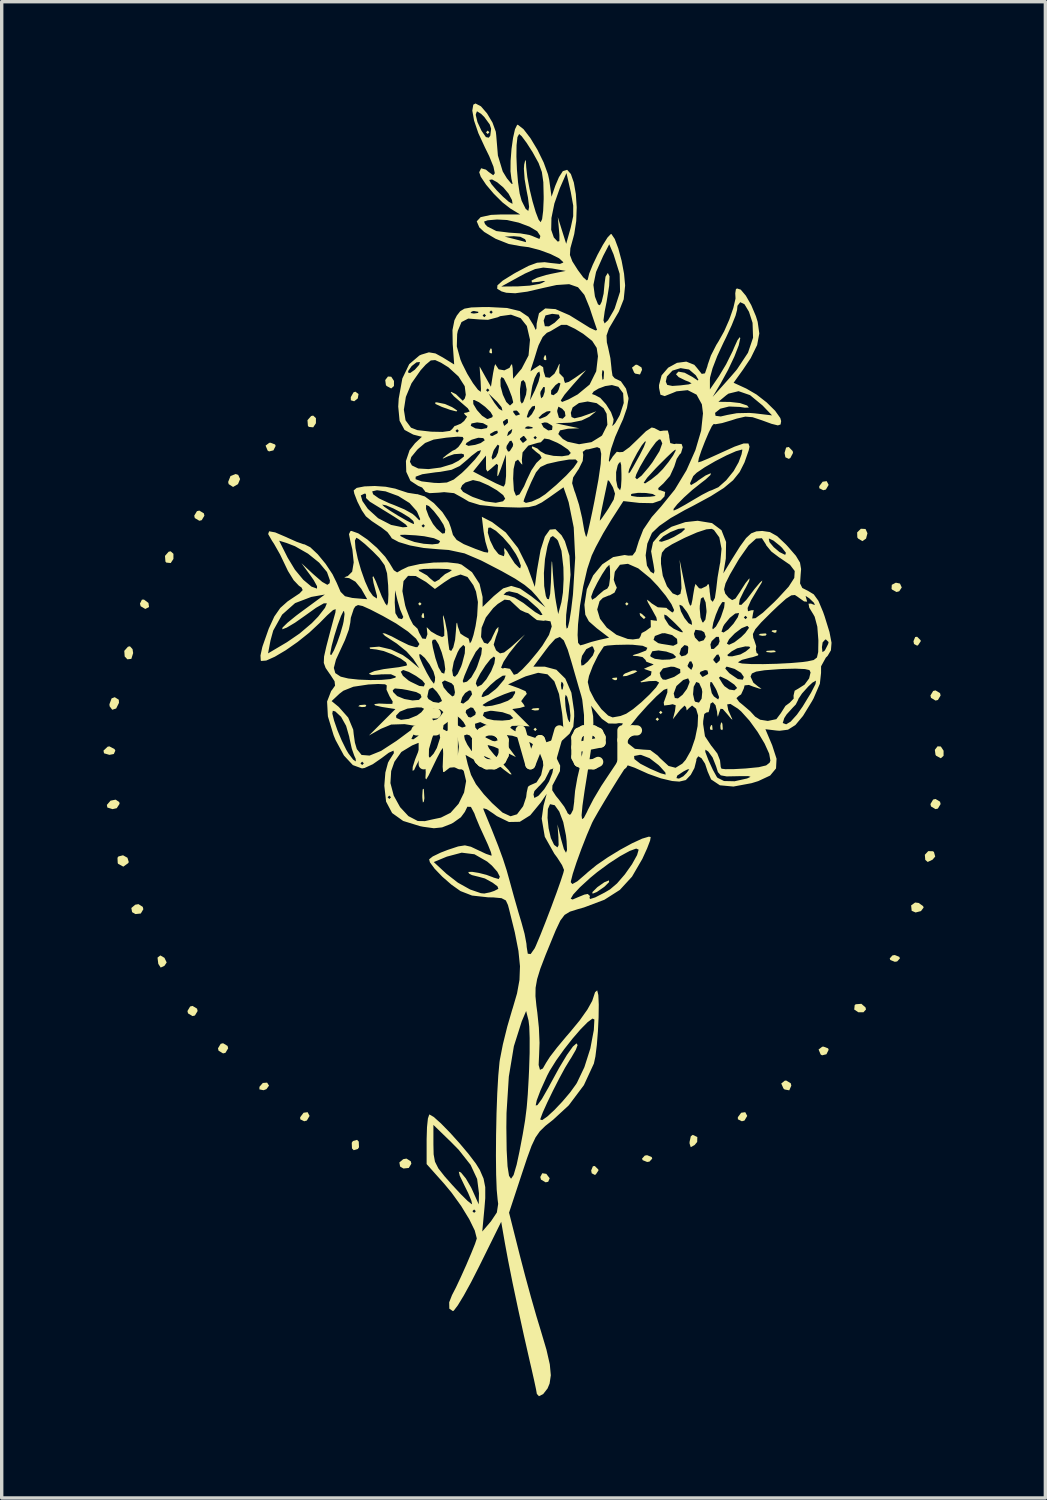
<source format=kicad_pcb>
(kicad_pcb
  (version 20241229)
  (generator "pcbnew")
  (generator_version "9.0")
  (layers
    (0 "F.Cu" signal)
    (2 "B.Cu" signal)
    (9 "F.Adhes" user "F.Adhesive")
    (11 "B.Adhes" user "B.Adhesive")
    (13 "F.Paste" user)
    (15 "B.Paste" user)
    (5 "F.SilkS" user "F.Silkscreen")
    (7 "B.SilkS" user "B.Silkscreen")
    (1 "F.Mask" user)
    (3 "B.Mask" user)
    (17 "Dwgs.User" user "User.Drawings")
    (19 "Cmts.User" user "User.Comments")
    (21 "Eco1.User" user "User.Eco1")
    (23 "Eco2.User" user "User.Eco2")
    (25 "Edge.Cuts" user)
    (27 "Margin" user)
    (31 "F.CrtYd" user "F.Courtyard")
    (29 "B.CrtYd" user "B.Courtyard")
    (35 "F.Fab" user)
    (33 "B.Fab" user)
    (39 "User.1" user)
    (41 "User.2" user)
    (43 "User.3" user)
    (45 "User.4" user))
  (footprint "flower"
    (layer "F.Cu")
    (at 12.475 18.8)
    (property "Reference" "flower" (at 0 0 0) (layer "F.SilkS") (effects (font (size 1.5 1.5) (thickness 0.3))))
    (attr board_only exclude_from_pos_files exclude_from_bom)
    (fp_poly (pts (xy -3.1 -4.05) (xy -3.15 -4) (xy -3.2 -4.05) (xy -3.15 -4.1)) (stroke (width 0) (type solid)) (fill yes) (layer "F.SilkS"))
    (fp_poly (pts (xy -1.1 -17.95) (xy -1.15 -17.9) (xy -1.2 -17.95) (xy -1.15 -18)) (stroke (width 0) (type solid)) (fill yes) (layer "F.SilkS"))
    (fp_poly (pts (xy 0.3 -0.35) (xy 0.25 -0.3) (xy 0.2 -0.35) (xy 0.25 -0.4)) (stroke (width 0) (type solid)) (fill yes) (layer "F.SilkS"))
    (fp_poly (pts (xy 3 -4.05) (xy 2.95 -4) (xy 2.9 -4.05) (xy 2.95 -4.1)) (stroke (width 0) (type solid)) (fill yes) (layer "F.SilkS"))
    (fp_poly (pts (xy 3.9 -0.65) (xy 3.85 -0.6) (xy 3.8 -0.65) (xy 3.85 -0.7)) (stroke (width 0) (type solid)) (fill yes) (layer "F.SilkS"))
    (fp_poly (pts (xy 4 -0.85) (xy 3.95 -0.8) (xy 3.9 -0.85) (xy 3.95 -0.9)) (stroke (width 0) (type solid)) (fill yes) (layer "F.SilkS"))
    (fp_poly (pts (xy -4.727 -1.06) (xy -4.757 -1.015) (xy -4.858 -1.008) (xy -4.965 -1.032) (xy -4.919 -1.068) (xy -4.762 -1.08)) (stroke (width 0) (type solid)) (fill yes) (layer "F.SilkS"))
    (fp_poly (pts (xy -3.033 -3.767) (xy -3.021 -3.648) (xy -3.033 -3.633) (xy -3.093 -3.647) (xy -3.1 -3.7) (xy -3.063 -3.782)) (stroke (width 0) (type solid)) (fill yes) (layer "F.SilkS"))
    (fp_poly (pts (xy -1.033 -11.567) (xy -1.021 -11.448) (xy -1.033 -11.433) (xy -1.093 -11.447) (xy -1.1 -11.5) (xy -1.063 -11.582)) (stroke (width 0) (type solid)) (fill yes) (layer "F.SilkS"))
    (fp_poly (pts (xy 0.373 -0.96) (xy 0.343 -0.915) (xy 0.242 -0.908) (xy 0.135 -0.932) (xy 0.181 -0.968) (xy 0.338 -0.98)) (stroke (width 0) (type solid)) (fill yes) (layer "F.SilkS"))
    (fp_poly (pts (xy 0.567 -11.367) (xy 0.579 -11.248) (xy 0.567 -11.233) (xy 0.507 -11.247) (xy 0.5 -11.3) (xy 0.537 -11.382)) (stroke (width 0) (type solid)) (fill yes) (layer "F.SilkS"))
    (fp_poly (pts (xy 2.667 -1.867) (xy 2.653 -1.807) (xy 2.6 -1.8) (xy 2.518 -1.837) (xy 2.533 -1.867) (xy 2.652 -1.879)) (stroke (width 0) (type solid)) (fill yes) (layer "F.SilkS"))
    (fp_poly (pts (xy 5.467 -0.467) (xy 5.479 -0.348) (xy 5.467 -0.333) (xy 5.407 -0.347) (xy 5.4 -0.4) (xy 5.437 -0.482)) (stroke (width 0) (type solid)) (fill yes) (layer "F.SilkS"))
    (fp_poly (pts (xy 5.768 -0.519) (xy 5.78 -0.362) (xy 5.76 -0.327) (xy 5.715 -0.357) (xy 5.708 -0.458) (xy 5.732 -0.565)) (stroke (width 0) (type solid)) (fill yes) (layer "F.SilkS"))
    (fp_poly (pts (xy 7.073 -3.16) (xy 7.043 -3.115) (xy 6.942 -3.108) (xy 6.835 -3.132) (xy 6.881 -3.168) (xy 7.038 -3.18)) (stroke (width 0) (type solid)) (fill yes) (layer "F.SilkS"))
    (fp_poly (pts (xy 7.325 -2.666) (xy 7.338 -2.63) (xy 7.2 -2.616) (xy 7.058 -2.632) (xy 7.075 -2.666) (xy 7.28 -2.679)) (stroke (width 0) (type solid)) (fill yes) (layer "F.SilkS"))
    (fp_poly (pts (xy 7.367 -3.267) (xy 7.353 -3.207) (xy 7.3 -3.2) (xy 7.218 -3.237) (xy 7.233 -3.267) (xy 7.352 -3.279)) (stroke (width 0) (type solid)) (fill yes) (layer "F.SilkS"))
    (fp_poly (pts (xy -11.149 -4.078) (xy -11.132 -3.958) (xy -11.242 -3.9) (xy -11.379 -3.981) (xy -11.4 -4.058) (xy -11.342 -4.175) (xy -11.281 -4.177)) (stroke (width 0) (type solid)) (fill yes) (layer "F.SilkS"))
    (fp_poly (pts (xy -10.678 6.382) (xy -10.612 6.519) (xy -10.677 6.617) (xy -10.788 6.67) (xy -10.859 6.562) (xy -10.882 6.376) (xy -10.799 6.312)) (stroke (width 0) (type solid)) (fill yes) (layer "F.SilkS"))
    (fp_poly (pts (xy -7.595 10.15) (xy -7.672 10.253) (xy -7.756 10.285) (xy -7.879 10.26) (xy -7.878 10.185) (xy -7.779 10.071) (xy -7.652 10.061)) (stroke (width 0) (type solid)) (fill yes) (layer "F.SilkS"))
    (fp_poly (pts (xy -6.4 11.042) (xy -6.481 11.179) (xy -6.558 11.2) (xy -6.675 11.142) (xy -6.677 11.081) (xy -6.578 10.949) (xy -6.458 10.932)) (stroke (width 0) (type solid)) (fill yes) (layer "F.SilkS"))
    (fp_poly (pts (xy -4.957 -10.236) (xy -4.979 -10.107) (xy -5.085 -10.022) (xy -5.184 -10.051) (xy -5.185 -10.144) (xy -5.106 -10.285) (xy -5.05 -10.305)) (stroke (width 0) (type solid)) (fill yes) (layer "F.SilkS"))
    (fp_poly (pts (xy 0.578 12.75) (xy 0.677 12.881) (xy 0.634 12.983) (xy 0.558 13) (xy 0.421 12.919) (xy 0.4 12.842) (xy 0.458 12.732)) (stroke (width 0) (type solid)) (fill yes) (layer "F.SilkS"))
    (fp_poly (pts (xy 3.385 -3.76) (xy 3.491 -3.667) (xy 3.5 -3.644) (xy 3.453 -3.603) (xy 3.354 -3.695) (xy 3.34 -3.715) (xy 3.329 -3.784)) (stroke (width 0) (type solid)) (fill yes) (layer "F.SilkS"))
    (fp_poly (pts (xy 6.5 11.042) (xy 6.419 11.179) (xy 6.342 11.2) (xy 6.225 11.142) (xy 6.223 11.081) (xy 6.322 10.949) (xy 6.442 10.932)) (stroke (width 0) (type solid)) (fill yes) (layer "F.SilkS"))
    (fp_poly (pts (xy 8.9 -7.558) (xy 8.819 -7.421) (xy 8.742 -7.4) (xy 8.625 -7.458) (xy 8.623 -7.519) (xy 8.722 -7.651) (xy 8.842 -7.668)) (stroke (width 0) (type solid)) (fill yes) (layer "F.SilkS"))
    (fp_poly (pts (xy -12.15 0.229) (xy -12.125 0.275) (xy -12.171 0.375) (xy -12.3 0.4) (xy -12.459 0.354) (xy -12.475 0.275) (xy -12.352 0.159) (xy -12.3 0.15)) (stroke (width 0) (type solid)) (fill yes) (layer "F.SilkS"))
    (fp_poly (pts (xy -12.023 -1.225) (xy -12.018 -1.133) (xy -12.101 -0.967) (xy -12.217 -0.929) (xy -12.294 -1.032) (xy -12.3 -1.092) (xy -12.236 -1.264) (xy -12.143 -1.3)) (stroke (width 0) (type solid)) (fill yes) (layer "F.SilkS"))
    (fp_poly (pts (xy -12.01 1.791) (xy -12 1.843) (xy -12.084 1.972) (xy -12.208 2) (xy -12.361 1.952) (xy -12.375 1.875) (xy -12.267 1.75) (xy -12.116 1.72)) (stroke (width 0) (type solid)) (fill yes) (layer "F.SilkS"))
    (fp_poly (pts (xy -11.618 -2.716) (xy -11.6 -2.6) (xy -11.653 -2.43) (xy -11.77 -2.416) (xy -11.85 -2.5) (xy -11.862 -2.665) (xy -11.753 -2.788) (xy -11.694 -2.8)) (stroke (width 0) (type solid)) (fill yes) (layer "F.SilkS"))
    (fp_poly (pts (xy -11.317 4.88) (xy -11.3 4.95) (xy -11.375 5.076) (xy -11.532 5.093) (xy -11.631 5.036) (xy -11.654 4.914) (xy -11.539 4.817) (xy -11.444 4.8)) (stroke (width 0) (type solid)) (fill yes) (layer "F.SilkS"))
    (fp_poly (pts (xy -10.413 -5.526) (xy -10.413 -5.375) (xy -10.493 -5.254) (xy -10.622 -5.267) (xy -10.649 -5.298) (xy -10.662 -5.465) (xy -10.554 -5.588) (xy -10.494 -5.6)) (stroke (width 0) (type solid)) (fill yes) (layer "F.SilkS"))
    (fp_poly (pts (xy -9.717 7.88) (xy -9.7 7.95) (xy -9.78 8.083) (xy -9.85 8.1) (xy -9.983 8.02) (xy -10 7.95) (xy -9.92 7.817) (xy -9.85 7.8)) (stroke (width 0) (type solid)) (fill yes) (layer "F.SilkS"))
    (fp_poly (pts (xy -9.517 -6.72) (xy -9.5 -6.65) (xy -9.58 -6.517) (xy -9.65 -6.5) (xy -9.783 -6.58) (xy -9.8 -6.65) (xy -9.72 -6.783) (xy -9.65 -6.8)) (stroke (width 0) (type solid)) (fill yes) (layer "F.SilkS"))
    (fp_poly (pts (xy -8.817 8.98) (xy -8.8 9.05) (xy -8.88 9.183) (xy -8.95 9.2) (xy -9.083 9.12) (xy -9.1 9.05) (xy -9.02 8.917) (xy -8.95 8.9)) (stroke (width 0) (type solid)) (fill yes) (layer "F.SilkS"))
    (fp_poly (pts (xy -7.417 -8.749) (xy -7.4 -8.706) (xy -7.466 -8.575) (xy -7.594 -8.544) (xy -7.636 -8.569) (xy -7.697 -8.715) (xy -7.59 -8.797) (xy -7.55 -8.8)) (stroke (width 0) (type solid)) (fill yes) (layer "F.SilkS"))
    (fp_poly (pts (xy -6.213 -9.526) (xy -6.213 -9.375) (xy -6.293 -9.254) (xy -6.422 -9.267) (xy -6.449 -9.298) (xy -6.462 -9.465) (xy -6.354 -9.588) (xy -6.294 -9.6)) (stroke (width 0) (type solid)) (fill yes) (layer "F.SilkS"))
    (fp_poly (pts (xy -4.95 11.8) (xy -4.943 11.966) (xy -4.977 12.017) (xy -5.1 12.053) (xy -5.15 12) (xy -5.157 11.834) (xy -5.123 11.783) (xy -5 11.747)) (stroke (width 0) (type solid)) (fill yes) (layer "F.SilkS"))
    (fp_poly (pts (xy -3.993 -10.746) (xy -3.912 -10.622) (xy -3.913 -10.471) (xy -3.994 -10.4) (xy -4.13 -10.473) (xy -4.15 -10.5) (xy -4.17 -10.648) (xy -4.09 -10.752)) (stroke (width 0) (type solid)) (fill yes) (layer "F.SilkS"))
    (fp_poly (pts (xy -3.417 12.38) (xy -3.4 12.45) (xy -3.475 12.576) (xy -3.632 12.593) (xy -3.731 12.536) (xy -3.754 12.414) (xy -3.639 12.317) (xy -3.544 12.3)) (stroke (width 0) (type solid)) (fill yes) (layer "F.SilkS"))
    (fp_poly (pts (xy -3.031 1.425) (xy -3.016 1.679) (xy -3.031 1.775) (xy -3.06 1.806) (xy -3.076 1.668) (xy -3.077 1.6) (xy -3.066 1.418) (xy -3.04 1.397)) (stroke (width 0) (type solid)) (fill yes) (layer "F.SilkS"))
    (fp_poly (pts (xy 2.111 12.622) (xy 2.115 12.65) (xy 2.037 12.767) (xy 2.007 12.781) (xy 1.916 12.733) (xy 1.9 12.65) (xy 1.951 12.526) (xy 2.007 12.519)) (stroke (width 0) (type solid)) (fill yes) (layer "F.SilkS"))
    (fp_poly (pts (xy 3.26 -2.063) (xy 3.15 -2) (xy 2.938 -1.925) (xy 2.829 -1.916) (xy 2.86 -1.972) (xy 2.9 -2) (xy 3.113 -2.083) (xy 3.2 -2.091)) (stroke (width 0) (type solid)) (fill yes) (layer "F.SilkS"))
    (fp_poly (pts (xy 3.383 -11.02) (xy 3.4 -10.95) (xy 3.339 -10.812) (xy 3.201 -10.837) (xy 3.167 -10.867) (xy 3.103 -11.013) (xy 3.207 -11.097) (xy 3.25 -11.1)) (stroke (width 0) (type solid)) (fill yes) (layer "F.SilkS"))
    (fp_poly (pts (xy 3.683 12.254) (xy 3.7 12.3) (xy 3.619 12.389) (xy 3.55 12.4) (xy 3.417 12.346) (xy 3.4 12.3) (xy 3.481 12.211) (xy 3.55 12.2)) (stroke (width 0) (type solid)) (fill yes) (layer "F.SilkS"))
    (fp_poly (pts (xy 5.029 11.665) (xy 5.025 11.809) (xy 4.949 11.901) (xy 4.835 11.964) (xy 4.801 11.859) (xy 4.8 11.812) (xy 4.837 11.643) (xy 4.894 11.6)) (stroke (width 0) (type solid)) (fill yes) (layer "F.SilkS"))
    (fp_poly (pts (xy 7.783 10.08) (xy 7.8 10.15) (xy 7.739 10.288) (xy 7.601 10.263) (xy 7.567 10.233) (xy 7.503 10.087) (xy 7.607 10.003) (xy 7.65 10)) (stroke (width 0) (type solid)) (fill yes) (layer "F.SilkS"))
    (fp_poly (pts (xy 7.841 -8.552) (xy 7.85 -8.5) (xy 7.771 -8.35) (xy 7.725 -8.325) (xy 7.625 -8.371) (xy 7.6 -8.5) (xy 7.646 -8.659) (xy 7.725 -8.675)) (stroke (width 0) (type solid)) (fill yes) (layer "F.SilkS"))
    (fp_poly (pts (xy 8.883 9.051) (xy 8.9 9.094) (xy 8.834 9.225) (xy 8.706 9.256) (xy 8.664 9.231) (xy 8.603 9.085) (xy 8.71 9.003) (xy 8.75 9)) (stroke (width 0) (type solid)) (fill yes) (layer "F.SilkS"))
    (fp_poly (pts (xy 9.987 -6.258) (xy 10.044 -6.132) (xy 10.002 -5.974) (xy 9.895 -5.9) (xy 9.772 -5.973) (xy 9.745 -6.009) (xy 9.74 -6.157) (xy 9.85 -6.265)) (stroke (width 0) (type solid)) (fill yes) (layer "F.SilkS"))
    (fp_poly (pts (xy 9.988 7.846) (xy 10 7.906) (xy 9.926 7.987) (xy 9.775 7.987) (xy 9.654 7.907) (xy 9.667 7.778) (xy 9.698 7.751) (xy 9.865 7.738)) (stroke (width 0) (type solid)) (fill yes) (layer "F.SilkS"))
    (fp_poly (pts (xy 10.983 6.354) (xy 11 6.4) (xy 10.919 6.489) (xy 10.85 6.5) (xy 10.717 6.446) (xy 10.7 6.4) (xy 10.781 6.311) (xy 10.85 6.3)) (stroke (width 0) (type solid)) (fill yes) (layer "F.SilkS"))
    (fp_poly (pts (xy 11.002 -4.649) (xy 11.055 -4.534) (xy 10.98 -4.422) (xy 10.9 -4.4) (xy 10.77 -4.472) (xy 10.754 -4.493) (xy 10.761 -4.612) (xy 10.881 -4.675)) (stroke (width 0) (type solid)) (fill yes) (layer "F.SilkS"))
    (fp_poly (pts (xy 11.553 4.765) (xy 11.683 4.857) (xy 11.7 4.9) (xy 11.621 5.005) (xy 11.463 5.046) (xy 11.347 4.996) (xy 11.331 4.837) (xy 11.449 4.752)) (stroke (width 0) (type solid)) (fill yes) (layer "F.SilkS"))
    (fp_poly (pts (xy 11.611 -2.978) (xy 11.615 -2.95) (xy 11.537 -2.833) (xy 11.508 -2.819) (xy 11.416 -2.867) (xy 11.4 -2.95) (xy 11.451 -3.074) (xy 11.508 -3.081)) (stroke (width 0) (type solid)) (fill yes) (layer "F.SilkS"))
    (fp_poly (pts (xy 11.974 3.241) (xy 12.004 3.264) (xy 12.041 3.397) (xy 11.963 3.489) (xy 11.82 3.557) (xy 11.748 3.496) (xy 11.735 3.345) (xy 11.835 3.237)) (stroke (width 0) (type solid)) (fill yes) (layer "F.SilkS"))
    (fp_poly (pts (xy 12.183 -1.42) (xy 12.2 -1.35) (xy 12.12 -1.217) (xy 12.05 -1.2) (xy 11.917 -1.28) (xy 11.9 -1.35) (xy 11.98 -1.483) (xy 12.05 -1.5)) (stroke (width 0) (type solid)) (fill yes) (layer "F.SilkS"))
    (fp_poly (pts (xy 12.183 1.78) (xy 12.2 1.85) (xy 12.12 1.983) (xy 12.05 2) (xy 11.917 1.92) (xy 11.9 1.85) (xy 11.98 1.717) (xy 12.05 1.7)) (stroke (width 0) (type solid)) (fill yes) (layer "F.SilkS"))
    (fp_poly (pts (xy 12.207 0.154) (xy 12.288 0.278) (xy 12.287 0.429) (xy 12.206 0.5) (xy 12.07 0.427) (xy 12.05 0.4) (xy 12.03 0.252) (xy 12.11 0.148)) (stroke (width 0) (type solid)) (fill yes) (layer "F.SilkS"))
    (fp_poly (pts (xy -11.768 3.433) (xy -11.73 3.558) (xy -11.743 3.589) (xy -11.89 3.695) (xy -12.04 3.614) (xy -12.055 3.591) (xy -12.062 3.434) (xy -12.035 3.395) (xy -11.899 3.36)) (stroke (width 0) (type solid)) (fill yes) (layer "F.SilkS"))
    (fp_poly (pts (xy -8.504 -7.853) (xy -8.448 -7.729) (xy -8.51 -7.58) (xy -8.648 -7.5) (xy -8.661 -7.5) (xy -8.785 -7.58) (xy -8.8 -7.644) (xy -8.731 -7.819) (xy -8.579 -7.878)) (stroke (width 0) (type solid)) (fill yes) (layer "F.SilkS"))
    (fp_poly (pts (xy -2.414 -9.943) (xy -2.2 -9.85) (xy -2.048 -9.749) (xy -2.07 -9.722) (xy -2.254 -9.769) (xy -2.5 -9.856) (xy -2.691 -9.943) (xy -2.697 -9.987) (xy -2.65 -9.991)) (stroke (width 0) (type solid)) (fill yes) (layer "F.SilkS"))
    (fp_poly (pts (xy 2.428 4.151) (xy 2.301 4.278) (xy 2.273 4.3) (xy 2.063 4.444) (xy 1.941 4.492) (xy 1.936 4.445) (xy 2.078 4.304) (xy 2.086 4.297) (xy 2.285 4.157) (xy 2.425 4.1)) (stroke (width 0) (type solid)) (fill yes) (layer "F.SilkS"))
    (fp_poly (pts (xy -1.349 -18.716) (xy -1.168 -18.506) (xy -1.008 -18.236) (xy -0.911 -17.968) (xy -0.899 -17.867) (xy -0.849 -17.266) (xy -0.707 -16.797) (xy -0.584 -16.594) (xy -0.451 -16.435) (xy -0.415 -16.429) (xy -0.449 -16.571) (xy -0.45 -16.573) (xy -0.478 -16.798) (xy -0.475 -17.111) (xy -0.465 -17.234) (xy -0.303 -17.234) (xy -0.288 -16.851) (xy -0.255 -16.471) (xy -0.207 -16.144) (xy -0.149 -15.931) (xy -0.028 -15.69) (xy 0.047 -15.633) (xy 0.071 -15.75) (xy 0.037 -16.027) (xy -0.001 -16.217) (xy -0.061 -16.568) (xy -0.083 -16.877) (xy -0.074 -17) (xy -0.042 -17.137) (xy -0.024 -17.094) (xy -0.014 -16.921) (xy 0.018 -16.632) (xy 0.084 -16.281) (xy 0.171 -15.919) (xy 0.265 -15.6) (xy 0.351 -15.376) (xy 0.412 -15.3) (xy 0.454 -15.392) (xy 0.485 -15.635) (xy 0.5 -15.981) (xy 0.5 -16.059) (xy 0.49 -16.479) (xy 0.447 -16.78) (xy 0.351 -17.043) (xy 0.181 -17.351) (xy 0.177 -17.359) (xy -0.003 -17.64) (xy -0.149 -17.836) (xy -0.223 -17.9) (xy -0.273 -17.809) (xy -0.299 -17.57) (xy -0.303 -17.234) (xy -0.465 -17.234) (xy -0.448 -17.459) (xy -0.402 -17.787) (xy -0.345 -18.042) (xy -0.283 -18.168) (xy -0.262 -18.173) (xy -0.095 -18.044) (xy 0.108 -17.78) (xy 0.317 -17.434) (xy 0.5 -17.061) (xy 0.627 -16.713) (xy 0.663 -16.55) (xy 0.732 -16.051) (xy 0.841 -16.371) (xy 0.95 -16.627) (xy 1.063 -16.803) (xy 1.066 -16.806) (xy 1.192 -16.845) (xy 1.302 -16.72) (xy 1.389 -16.47) (xy 1.448 -16.131) (xy 1.474 -15.74) (xy 1.46 -15.335) (xy 1.401 -14.952) (xy 1.371 -14.838) (xy 1.287 -14.534) (xy 1.274 -14.334) (xy 1.345 -14.146) (xy 1.509 -13.888) (xy 1.667 -13.675) (xy 1.773 -13.583) (xy 1.8 -13.609) (xy 1.841 -13.783) (xy 1.947 -14.046) (xy 2.09 -14.346) (xy 2.245 -14.631) (xy 2.383 -14.85) (xy 2.48 -14.952) (xy 2.496 -14.952) (xy 2.595 -14.807) (xy 2.701 -14.524) (xy 2.798 -14.163) (xy 2.869 -13.784) (xy 2.9 -13.449) (xy 2.9 -13.426) (xy 2.859 -13.028) (xy 2.714 -12.66) (xy 2.597 -12.462) (xy 2.425 -12.169) (xy 2.353 -11.961) (xy 2.362 -11.759) (xy 2.397 -11.617) (xy 2.467 -11.292) (xy 2.499 -10.995) (xy 2.499 -10.975) (xy 2.529 -10.775) (xy 2.593 -10.7) (xy 2.776 -10.612) (xy 2.927 -10.396) (xy 2.999 -10.124) (xy 3 -10.09) (xy 2.955 -9.826) (xy 2.839 -9.491) (xy 2.762 -9.322) (xy 2.608 -8.972) (xy 2.49 -8.628) (xy 2.459 -8.5) (xy 2.42 -8.278) (xy 2.433 -8.235) (xy 2.51 -8.351) (xy 2.532 -8.389) (xy 2.655 -8.534) (xy 2.737 -8.521) (xy 2.836 -8.529) (xy 3.03 -8.67) (xy 3.251 -8.882) (xy 3.516 -9.14) (xy 3.685 -9.25) (xy 3.778 -9.227) (xy 3.782 -9.222) (xy 3.933 -9.143) (xy 4.033 -9.157) (xy 4.159 -9.161) (xy 4.199 -9.011) (xy 4.2 -8.97) (xy 4.231 -8.79) (xy 4.352 -8.76) (xy 4.4 -8.771) (xy 4.565 -8.764) (xy 4.6 -8.668) (xy 4.548 -8.495) (xy 4.508 -8.455) (xy 4.422 -8.324) (xy 4.35 -8.1) (xy 4.223 -7.821) (xy 4.029 -7.601) (xy 3.877 -7.462) (xy 3.889 -7.404) (xy 3.937 -7.4) (xy 4.082 -7.349) (xy 4.061 -7.218) (xy 3.948 -7.099) (xy 3.715 -7.019) (xy 3.328 -7.026) (xy 3.323 -7.026) (xy 2.85 -7.08) (xy 2.486 -6.515) (xy 2.254 -6.13) (xy 2.036 -5.726) (xy 1.916 -5.474) (xy 1.785 -5.081) (xy 1.665 -4.562) (xy 1.57 -3.991) (xy 1.512 -3.441) (xy 1.5 -3.132) (xy 1.515 -2.902) (xy 1.578 -2.828) (xy 1.675 -2.852) (xy 1.903 -2.928) (xy 2.14 -2.989) (xy 2.144 -2.99) (xy 3.739 -2.99) (xy 3.877 -2.893) (xy 3.969 -2.872) (xy 4.197 -2.836) (xy 4.319 -2.815) (xy 4.401 -2.855) (xy 5.415 -2.855) (xy 5.437 -2.723) (xy 5.515 -2.722) (xy 5.648 -2.848) (xy 5.66 -2.879) (xy 5.9 -2.879) (xy 5.964 -2.844) (xy 6.121 -2.917) (xy 6.32 -3.07) (xy 6.442 -3.191) (xy 6.553 -3.346) (xy 6.508 -3.4) (xy 6.497 -3.4) (xy 6.336 -3.335) (xy 6.135 -3.183) (xy 5.965 -3.007) (xy 5.9 -2.879) (xy 5.66 -2.879) (xy 5.685 -2.945) (xy 5.663 -3.077) (xy 5.585 -3.078) (xy 5.452 -2.952) (xy 5.415 -2.855) (xy 4.401 -2.855) (xy 4.429 -2.869) (xy 4.443 -2.889) (xy 4.431 -3.018) (xy 4.287 -3.131) (xy 4.145 -3.168) (xy 4.929 -3.168) (xy 4.96 -3.06) (xy 5.078 -2.935) (xy 5.217 -2.978) (xy 5.277 -3.081) (xy 5.234 -3.212) (xy 5.203 -3.231) (xy 5.741 -3.231) (xy 5.803 -3.206) (xy 5.94 -3.298) (xy 6.094 -3.465) (xy 6.217 -3.65) (xy 6.4 -3.65) (xy 6.45 -3.6) (xy 6.5 -3.65) (xy 6.45 -3.7) (xy 6.4 -3.65) (xy 6.217 -3.65) (xy 6.222 -3.656) (xy 6.258 -3.773) (xy 6.254 -3.78) (xy 6.147 -3.766) (xy 5.986 -3.638) (xy 5.83 -3.449) (xy 5.791 -3.383) (xy 5.741 -3.231) (xy 5.203 -3.231) (xy 5.154 -3.262) (xy 4.972 -3.287) (xy 4.929 -3.168) (xy 4.145 -3.168) (xy 4.076 -3.186) (xy 3.988 -3.183) (xy 3.778 -3.104) (xy 3.739 -2.99) (xy 2.144 -2.99) (xy 2.429 -3.054) (xy 2.065 -3.332) (xy 1.832 -3.536) (xy 1.727 -3.731) (xy 1.713 -3.886) (xy 2.078 -3.886) (xy 2.16 -3.612) (xy 2.361 -3.35) (xy 2.646 -3.138) (xy 2.979 -3.016) (xy 3.131 -3.002) (xy 3.313 -3.028) (xy 3.354 -3.093) (xy 3.388 -3.19) (xy 3.506 -3.252) (xy 3.658 -3.363) (xy 3.656 -3.47) (xy 3.654 -3.576) (xy 3.759 -3.56) (xy 3.841 -3.553) (xy 3.821 -3.652) (xy 3.775 -3.735) (xy 4.053 -3.735) (xy 4.062 -3.635) (xy 4.065 -3.624) (xy 4.193 -3.422) (xy 4.334 -3.318) (xy 4.522 -3.229) (xy 4.591 -3.209) (xy 4.6 -3.231) (xy 4.535 -3.313) (xy 4.51 -3.339) (xy 5.471 -3.339) (xy 5.488 -3.3) (xy 5.579 -3.384) (xy 5.694 -3.593) (xy 5.729 -3.675) (xy 5.819 -3.943) (xy 5.836 -4.098) (xy 5.777 -4.108) (xy 5.753 -4.087) (xy 5.666 -3.947) (xy 5.574 -3.728) (xy 5.501 -3.502) (xy 5.471 -3.339) (xy 4.51 -3.339) (xy 4.373 -3.479) (xy 4.306 -3.544) (xy 4.125 -3.708) (xy 4.053 -3.735) (xy 3.775 -3.735) (xy 3.699 -3.874) (xy 3.57 -4.099) (xy 3.542 -4.176) (xy 3.613 -4.127) (xy 3.683 -4.065) (xy 3.864 -3.95) (xy 3.987 -3.942) (xy 4.121 -3.933) (xy 4.149 -3.902) (xy 4.281 -3.804) (xy 4.312 -3.8) (xy 4.345 -3.867) (xy 4.286 -3.997) (xy 4.502 -3.997) (xy 4.546 -3.829) (xy 4.65 -3.634) (xy 4.772 -3.48) (xy 4.865 -3.434) (xy 4.873 -3.439) (xy 4.858 -3.548) (xy 4.756 -3.753) (xy 4.714 -3.821) (xy 4.649 -3.906) (xy 5.1 -3.906) (xy 5.122 -3.653) (xy 5.177 -3.511) (xy 5.2 -3.5) (xy 5.267 -3.588) (xy 5.299 -3.803) (xy 5.3 -3.844) (xy 5.274 -4.093) (xy 5.209 -4.243) (xy 5.2 -4.25) (xy 5.134 -4.205) (xy 5.102 -3.994) (xy 5.1 -3.906) (xy 4.649 -3.906) (xy 4.584 -3.991) (xy 4.509 -4.025) (xy 4.502 -3.997) (xy 4.286 -3.997) (xy 4.266 -4.042) (xy 4.098 -4.29) (xy 3.865 -4.573) (xy 3.645 -4.805) (xy 3.288 -5.097) (xy 2.983 -5.231) (xy 2.749 -5.203) (xy 2.604 -5.01) (xy 2.593 -4.975) (xy 2.566 -4.761) (xy 2.604 -4.647) (xy 2.656 -4.527) (xy 2.588 -4.382) (xy 2.446 -4.301) (xy 2.425 -4.3) (xy 2.245 -4.226) (xy 2.148 -4.13) (xy 2.078 -3.886) (xy 1.713 -3.886) (xy 1.702 -4.008) (xy 1.702 -4.03) (xy 1.737 -4.252) (xy 1.9 -4.252) (xy 1.928 -4.171) (xy 2.034 -4.236) (xy 2.1 -4.3) (xy 2.27 -4.446) (xy 2.375 -4.5) (xy 2.427 -4.589) (xy 2.456 -4.805) (xy 2.458 -4.85) (xy 2.455 -5.082) (xy 2.438 -5.197) (xy 2.434 -5.2) (xy 2.353 -5.12) (xy 2.223 -4.923) (xy 2.081 -4.673) (xy 1.962 -4.434) (xy 1.902 -4.269) (xy 1.9 -4.252) (xy 1.737 -4.252) (xy 1.772 -4.481) (xy 1.958 -4.888) (xy 2.228 -5.216) (xy 2.548 -5.429) (xy 2.887 -5.491) (xy 2.993 -5.473) (xy 3.119 -5.477) (xy 3.209 -5.596) (xy 3.295 -5.872) (xy 3.298 -5.885) (xy 3.436 -6.241) (xy 3.686 -6.61) (xy 3.897 -6.848) (xy 4.328 -6.848) (xy 4.331 -6.8) (xy 4.446 -6.849) (xy 4.673 -6.974) (xy 4.885 -7.1) (xy 5.165 -7.264) (xy 5.38 -7.375) (xy 5.461 -7.404) (xy 5.65 -7.489) (xy 5.881 -7.694) (xy 6.1 -7.965) (xy 6.246 -8.225) (xy 6.332 -8.457) (xy 6.357 -8.589) (xy 6.349 -8.6) (xy 6.169 -8.551) (xy 5.886 -8.426) (xy 5.56 -8.258) (xy 5.248 -8.077) (xy 5.01 -7.916) (xy 4.909 -7.817) (xy 4.813 -7.605) (xy 4.841 -7.549) (xy 4.999 -7.643) (xy 5.063 -7.693) (xy 5.273 -7.835) (xy 5.422 -7.9) (xy 5.428 -7.9) (xy 5.416 -7.849) (xy 5.274 -7.717) (xy 5.14 -7.614) (xy 4.882 -7.409) (xy 4.637 -7.188) (xy 4.44 -6.989) (xy 4.328 -6.848) (xy 3.897 -6.848) (xy 3.962 -6.921) (xy 4.365 -7.419) (xy 4.709 -7.988) (xy 4.973 -8.583) (xy 5.142 -9.157) (xy 5.196 -9.666) (xy 5.194 -9.68) (xy 5.552 -9.68) (xy 5.566 -9.594) (xy 5.719 -9.574) (xy 5.911 -9.619) (xy 6.196 -9.671) (xy 6.562 -9.679) (xy 6.725 -9.666) (xy 7.232 -9.606) (xy 6.952 -9.898) (xy 6.583 -10.203) (xy 6.245 -10.32) (xy 5.947 -10.247) (xy 5.878 -10.197) (xy 5.65 -10.007) (xy 6 -10.002) (xy 6.282 -9.97) (xy 6.491 -9.9) (xy 6.5 -9.895) (xy 6.548 -9.836) (xy 6.424 -9.834) (xy 6.286 -9.855) (xy 5.964 -9.868) (xy 5.708 -9.804) (xy 5.552 -9.68) (xy 5.194 -9.68) (xy 5.163 -9.932) (xy 5.007 -10.217) (xy 4.745 -10.35) (xy 4.415 -10.315) (xy 4.315 -10.273) (xy 4.067 -10.175) (xy 3.942 -10.216) (xy 3.91 -10.372) (xy 5.4 -10.372) (xy 5.667 -10.761) (xy 5.878 -11.113) (xy 6.073 -11.506) (xy 6.112 -11.6) (xy 6.213 -11.824) (xy 6.28 -11.913) (xy 6.295 -11.883) (xy 6.25 -11.672) (xy 6.122 -11.342) (xy 5.934 -10.945) (xy 5.708 -10.532) (xy 5.688 -10.5) (xy 5.48 -10.15) (xy 5.794 -10.5) (xy 6.003 -10.735) (xy 6.163 -10.92) (xy 6.201 -10.967) (xy 6.523 -11.454) (xy 6.672 -11.896) (xy 6.657 -12.334) (xy 6.552 -12.66) (xy 6.419 -12.882) (xy 6.294 -12.943) (xy 6.213 -12.838) (xy 6.2 -12.713) (xy 6.156 -12.547) (xy 6.04 -12.258) (xy 5.873 -11.897) (xy 5.8 -11.75) (xy 5.617 -11.356) (xy 5.478 -10.995) (xy 5.405 -10.726) (xy 5.4 -10.668) (xy 5.4 -10.372) (xy 3.91 -10.372) (xy 3.901 -10.417) (xy 3.9 -10.499) (xy 3.927 -10.602) (xy 4.1 -10.602) (xy 4.141 -10.505) (xy 4.293 -10.474) (xy 4.525 -10.49) (xy 4.782 -10.521) (xy 4.86 -10.551) (xy 4.777 -10.598) (xy 4.675 -10.637) (xy 4.479 -10.734) (xy 4.4 -10.819) (xy 4.472 -10.896) (xy 4.654 -10.864) (xy 4.886 -10.739) (xy 5.043 -10.634) (xy 5.061 -10.658) (xy 4.984 -10.789) (xy 4.786 -10.958) (xy 4.535 -10.999) (xy 4.295 -10.926) (xy 4.133 -10.753) (xy 4.1 -10.602) (xy 3.927 -10.602) (xy 3.976 -10.786) (xy 4.17 -11.012) (xy 4.43 -11.155) (xy 4.704 -11.191) (xy 4.94 -11.097) (xy 5.023 -11) (xy 5.159 -10.829) (xy 5.254 -10.846) (xy 5.326 -11.055) (xy 5.335 -11.098) (xy 5.428 -11.368) (xy 5.59 -11.686) (xy 5.654 -11.788) (xy 5.82 -12.085) (xy 5.973 -12.433) (xy 6.091 -12.774) (xy 6.155 -13.051) (xy 6.147 -13.205) (xy 6.166 -13.323) (xy 6.197 -13.348) (xy 6.309 -13.313) (xy 6.459 -13.135) (xy 6.617 -12.859) (xy 6.756 -12.53) (xy 6.808 -12.363) (xy 6.856 -12.02) (xy 6.792 -11.68) (xy 6.602 -11.292) (xy 6.379 -10.959) (xy 6.099 -10.568) (xy 6.474 -10.396) (xy 6.773 -10.222) (xy 7.072 -9.989) (xy 7.322 -9.743) (xy 7.475 -9.528) (xy 7.5 -9.438) (xy 7.483 -9.338) (xy 7.403 -9.311) (xy 7.218 -9.357) (xy 6.934 -9.461) (xy 6.658 -9.553) (xy 6.443 -9.57) (xy 6.186 -9.51) (xy 6.039 -9.462) (xy 5.758 -9.379) (xy 5.562 -9.345) (xy 5.513 -9.354) (xy 5.46 -9.293) (xy 5.366 -9.102) (xy 5.255 -8.841) (xy 5.149 -8.568) (xy 5.074 -8.343) (xy 5.053 -8.225) (xy 5.055 -8.223) (xy 5.146 -8.248) (xy 5.37 -8.342) (xy 5.681 -8.483) (xy 5.711 -8.497) (xy 6.129 -8.686) (xy 6.396 -8.779) (xy 6.535 -8.778) (xy 6.568 -8.685) (xy 6.544 -8.575) (xy 6.42 -8.22) (xy 6.277 -7.936) (xy 6.083 -7.694) (xy 5.809 -7.466) (xy 5.424 -7.223) (xy 4.898 -6.938) (xy 4.661 -6.816) (xy 4.244 -6.58) (xy 3.908 -6.347) (xy 3.701 -6.151) (xy 3.687 -6.131) (xy 3.555 -5.825) (xy 3.506 -5.483) (xy 3.544 -5.178) (xy 3.65 -5) (xy 3.745 -4.942) (xy 3.767 -5.018) (xy 3.737 -5.213) (xy 3.702 -5.401) (xy 3.958 -5.401) (xy 3.958 -5.231) (xy 4.011 -4.879) (xy 4.135 -4.569) (xy 4.303 -4.359) (xy 4.448 -4.3) (xy 4.531 -4.346) (xy 4.562 -4.51) (xy 4.549 -4.825) (xy 4.507 -5.35) (xy 4.609 -4.85) (xy 4.705 -4.391) (xy 4.771 -4.111) (xy 4.818 -3.994) (xy 4.853 -4.024) (xy 4.887 -4.183) (xy 4.904 -4.3) (xy 4.945 -4.538) (xy 4.976 -4.641) (xy 4.985 -4.625) (xy 5.08 -4.512) (xy 5.142 -4.5) (xy 5.302 -4.576) (xy 5.334 -4.625) (xy 5.369 -4.626) (xy 5.391 -4.468) (xy 5.392 -4.425) (xy 5.424 -4.175) (xy 5.484 -4.11) (xy 5.547 -4.225) (xy 5.584 -4.473) (xy 5.585 -4.479) (xy 5.817 -4.479) (xy 5.852 -4.353) (xy 5.949 -4.236) (xy 6.056 -4.161) (xy 6.153 -4.208) (xy 6.286 -4.404) (xy 6.309 -4.443) (xy 6.451 -4.665) (xy 6.552 -4.79) (xy 6.57 -4.8) (xy 6.556 -4.724) (xy 6.461 -4.534) (xy 6.406 -4.437) (xy 6.279 -4.177) (xy 6.256 -4.03) (xy 6.324 -4.019) (xy 6.473 -4.168) (xy 6.511 -4.217) (xy 6.723 -4.498) (xy 6.874 -4.677) (xy 6.946 -4.74) (xy 6.925 -4.674) (xy 6.807 -4.482) (xy 6.61 -4.153) (xy 6.512 -3.93) (xy 6.522 -3.832) (xy 6.617 -3.861) (xy 6.692 -3.865) (xy 6.67 -3.766) (xy 6.646 -3.62) (xy 6.744 -3.629) (xy 6.961 -3.789) (xy 7.293 -4.1) (xy 7.4 -4.208) (xy 7.721 -4.557) (xy 7.887 -4.815) (xy 7.9 -5.019) (xy 7.761 -5.202) (xy 7.471 -5.401) (xy 7.447 -5.415) (xy 7.211 -5.593) (xy 7.061 -5.776) (xy 7.048 -5.807) (xy 6.944 -5.968) (xy 7.135 -5.968) (xy 7.156 -5.87) (xy 7.282 -5.721) (xy 7.451 -5.578) (xy 7.603 -5.502) (xy 7.624 -5.5) (xy 7.64 -5.557) (xy 7.528 -5.701) (xy 7.467 -5.76) (xy 7.276 -5.914) (xy 7.15 -5.974) (xy 7.135 -5.968) (xy 6.944 -5.968) (xy 6.932 -5.986) (xy 6.762 -5.975) (xy 6.54 -5.775) (xy 6.266 -5.386) (xy 6.216 -5.303) (xy 5.989 -4.914) (xy 5.86 -4.653) (xy 5.817 -4.479) (xy 5.585 -4.479) (xy 5.625 -4.825) (xy 5.691 -5.209) (xy 5.704 -5.268) (xy 5.743 -5.674) (xy 5.677 -6.011) (xy 5.519 -6.228) (xy 5.454 -6.262) (xy 5.297 -6.248) (xy 5.02 -6.157) (xy 4.679 -6.008) (xy 4.627 -5.983) (xy 4.284 -5.808) (xy 4.083 -5.681) (xy 3.986 -5.559) (xy 3.958 -5.401) (xy 3.702 -5.401) (xy 3.693 -5.454) (xy 3.668 -5.594) (xy 3.667 -5.6) (xy 3.724 -5.866) (xy 3.751 -5.897) (xy 3.9 -5.897) (xy 3.978 -5.881) (xy 4.179 -5.949) (xy 4.339 -6.024) (xy 4.563 -6.157) (xy 4.663 -6.252) (xy 4.646 -6.281) (xy 4.47 -6.26) (xy 4.237 -6.166) (xy 4.023 -6.04) (xy 3.905 -5.92) (xy 3.9 -5.897) (xy 3.751 -5.897) (xy 3.939 -6.117) (xy 4.27 -6.324) (xy 4.674 -6.46) (xy 5.039 -6.5) (xy 5.462 -6.431) (xy 5.741 -6.222) (xy 5.877 -5.875) (xy 5.869 -5.389) (xy 5.859 -5.324) (xy 5.796 -4.95) (xy 6.04 -5.35) (xy 6.286 -5.742) (xy 6.467 -5.991) (xy 6.617 -6.129) (xy 6.77 -6.188) (xy 6.942 -6.2) (xy 7.168 -6.167) (xy 7.382 -6.047) (xy 7.64 -5.803) (xy 7.699 -5.739) (xy 7.935 -5.467) (xy 8.055 -5.268) (xy 8.088 -5.076) (xy 8.074 -4.907) (xy 8.057 -4.654) (xy 8.123 -4.519) (xy 8.293 -4.433) (xy 8.461 -4.331) (xy 8.598 -4.141) (xy 8.735 -3.815) (xy 8.781 -3.684) (xy 8.924 -3.223) (xy 8.985 -2.904) (xy 8.967 -2.682) (xy 8.869 -2.517) (xy 8.817 -2.466) (xy 8.677 -2.211) (xy 8.676 -2.015) (xy 8.641 -1.696) (xy 8.455 -1.264) (xy 8.408 -1.179) (xy 8.145 -0.749) (xy 7.92 -0.479) (xy 7.702 -0.342) (xy 7.456 -0.31) (xy 7.372 -0.316) (xy 7.036 -0.356) (xy 7.236 0.118) (xy 7.364 0.513) (xy 7.349 0.8) (xy 7.175 1.01) (xy 6.824 1.174) (xy 6.626 1.235) (xy 6.093 1.334) (xy 5.694 1.297) (xy 5.435 1.124) (xy 5.333 0.891) (xy 5.257 0.661) (xy 5.153 0.5) (xy 5.057 0.442) (xy 5.003 0.52) (xy 5 0.566) (xy 4.944 0.788) (xy 4.836 0.989) (xy 4.69 1.143) (xy 4.498 1.188) (xy 4.288 1.171) (xy 3.958 1.093) (xy 3.937 1.086) (xy 4.414 1.086) (xy 4.488 1.1) (xy 4.616 1.031) (xy 4.713 0.934) (xy 4.794 0.823) (xy 4.736 0.83) (xy 4.625 0.887) (xy 4.437 1.011) (xy 4.414 1.086) (xy 3.937 1.086) (xy 3.581 0.959) (xy 3.446 0.898) (xy 3.181 0.779) (xy 3 0.716) (xy 2.957 0.714) (xy 2.866 0.841) (xy 2.705 1.092) (xy 2.505 1.414) (xy 2.296 1.759) (xy 2.108 2.076) (xy 1.972 2.315) (xy 1.928 2.4) (xy 1.771 2.767) (xy 1.611 3.175) (xy 1.467 3.572) (xy 1.358 3.905) (xy 1.303 4.122) (xy 1.3 4.156) (xy 1.346 4.208) (xy 1.492 4.127) (xy 1.753 3.903) (xy 1.803 3.857) (xy 2.061 3.646) (xy 2.392 3.419) (xy 2.755 3.197) (xy 3.105 3.007) (xy 3.401 2.87) (xy 3.6 2.811) (xy 3.655 2.821) (xy 3.637 2.927) (xy 3.548 3.16) (xy 3.408 3.467) (xy 3.104 3.99) (xy 2.746 4.38) (xy 2.29 4.671) (xy 1.69 4.897) (xy 1.506 4.949) (xy 1.273 5.022) (xy 1.116 5.118) (xy 0.991 5.284) (xy 0.857 5.567) (xy 0.777 5.76) (xy 0.555 6.302) (xy 0.401 6.705) (xy 0.307 7.011) (xy 0.262 7.266) (xy 0.258 7.513) (xy 0.286 7.797) (xy 0.313 7.996) (xy 0.359 8.444) (xy 0.378 8.888) (xy 0.366 9.224) (xy 0.352 9.541) (xy 0.391 9.684) (xy 0.475 9.645) (xy 0.572 9.475) (xy 0.684 9.3) (xy 0.894 9.027) (xy 1.164 8.703) (xy 1.282 8.567) (xy 1.562 8.227) (xy 1.79 7.905) (xy 1.93 7.653) (xy 1.953 7.585) (xy 2.015 7.396) (xy 2.076 7.343) (xy 2.079 7.346) (xy 2.111 7.479) (xy 2.124 7.759) (xy 2.119 8.133) (xy 2.099 8.547) (xy 2.067 8.951) (xy 2.025 9.291) (xy 1.98 9.499) (xy 1.686 10.135) (xy 1.239 10.731) (xy 0.778 11.156) (xy 0.552 11.335) (xy 0.388 11.494) (xy 0.26 11.677) (xy 0.142 11.927) (xy 0.011 12.287) (xy -0.136 12.728) (xy -0.52 13.894) (xy -0.198 15.172) (xy -0.045 15.759) (xy 0.124 16.379) (xy 0.288 16.952) (xy 0.409 17.35) (xy 0.582 17.932) (xy 0.681 18.365) (xy 0.711 18.686) (xy 0.675 18.931) (xy 0.615 19.075) (xy 0.485 19.242) (xy 0.361 19.304) (xy 0.298 19.235) (xy 0.297 19.225) (xy 0.275 19.1) (xy 0.217 18.829) (xy 0.134 18.462) (xy 0.096 18.3) (xy -0.08 17.526) (xy -0.254 16.732) (xy -0.415 15.97) (xy -0.549 15.298) (xy -0.64 14.807) (xy -0.752 14.163) (xy -1.401 15.477) (xy -1.638 15.942) (xy -1.854 16.335) (xy -2.03 16.625) (xy -2.147 16.779) (xy -2.175 16.796) (xy -2.281 16.724) (xy -2.285 16.537) (xy -2.202 16.324) (xy -2.087 16.101) (xy -1.939 15.786) (xy -1.78 15.432) (xy -1.635 15.091) (xy -1.524 14.816) (xy -1.473 14.661) (xy -1.472 14.65) (xy -1.531 14.42) (xy -1.694 14.087) (xy -1.839 13.85) (xy -1.6 13.85) (xy -1.55 13.9) (xy -1.5 13.85) (xy -1.55 13.8) (xy -1.6 13.85) (xy -1.839 13.85) (xy -1.93 13.7) (xy -2.212 13.308) (xy -2.428 13.047) (xy -2.95 12.462) (xy -2.95 11.731) (xy -2.939 11.378) (xy -2.932 11.307) (xy -2.75 11.307) (xy -2.75 11.883) (xy -2.743 12.176) (xy -2.704 12.391) (xy -2.605 12.588) (xy -2.418 12.826) (xy -2.2 13.072) (xy -1.944 13.348) (xy -1.741 13.549) (xy -1.624 13.642) (xy -1.61 13.644) (xy -1.631 13.541) (xy -1.725 13.316) (xy -1.838 13.087) (xy -1.974 12.804) (xy -2.002 12.684) (xy -1.938 12.71) (xy -1.793 12.887) (xy -1.635 13.159) (xy -1.593 13.249) (xy -1.414 13.65) (xy -1.407 13.322) (xy -1.461 12.901) (xy -1.654 12.486) (xy -2.004 12.042) (xy -2.214 11.828) (xy -2.75 11.307) (xy -2.932 11.307) (xy -2.912 11.118) (xy -2.872 11.002) (xy -2.866 11) (xy -2.74 11.073) (xy -2.527 11.264) (xy -2.261 11.536) (xy -1.978 11.85) (xy -1.711 12.168) (xy -1.497 12.45) (xy -1.383 12.633) (xy -1.272 12.889) (xy -1.222 13.142) (xy -1.222 13.467) (xy -1.244 13.743) (xy -1.31 14.45) (xy -1.054 14.15) (xy -0.88 13.889) (xy -0.841 13.635) (xy -0.856 13.517) (xy -0.884 13.222) (xy -0.901 12.773) (xy -0.907 12.218) (xy -0.903 11.602) (xy -0.898 11.378) (xy -0.6 11.378) (xy -0.591 12.048) (xy -0.565 12.525) (xy -0.521 12.807) (xy -0.462 12.894) (xy -0.386 12.785) (xy -0.296 12.478) (xy -0.215 12.1) (xy -0.116 11.58) (xy -0.048 11.173) (xy -0.002 10.809) (xy 0.005 10.734) (xy 0.265 10.734) (xy 0.316 10.724) (xy 0.445 10.547) (xy 0.647 10.194) (xy 0.691 10.111) (xy 0.96 9.619) (xy 1.187 9.242) (xy 1.361 8.998) (xy 1.468 8.904) (xy 1.5 8.955) (xy 1.448 9.093) (xy 1.317 9.32) (xy 1.264 9.402) (xy 1.13 9.623) (xy 0.959 9.938) (xy 0.776 10.296) (xy 0.606 10.646) (xy 0.474 10.939) (xy 0.405 11.123) (xy 0.4 11.151) (xy 0.458 11.165) (xy 0.608 11.06) (xy 0.817 10.867) (xy 1.05 10.621) (xy 1.275 10.356) (xy 1.456 10.107) (xy 1.481 10.066) (xy 1.7 9.606) (xy 1.875 9.057) (xy 1.978 8.513) (xy 1.995 8.2) (xy 1.939 8.173) (xy 1.796 8.279) (xy 1.591 8.486) (xy 1.35 8.765) (xy 1.1 9.083) (xy 0.867 9.409) (xy 0.677 9.713) (xy 0.605 9.85) (xy 0.407 10.288) (xy 0.295 10.586) (xy 0.265 10.734) (xy 0.005 10.734) (xy 0.031 10.415) (xy 0.059 9.922) (xy 0.07 9.68) (xy 0.086 9.188) (xy 0.087 8.746) (xy 0.075 8.404) (xy 0.054 8.23) (xy -0.017 7.95) (xy -0.147 8.258) (xy -0.378 8.987) (xy -0.527 9.885) (xy -0.595 10.957) (xy -0.6 11.378) (xy -0.898 11.378) (xy -0.89 10.972) (xy -0.868 10.374) (xy -0.838 9.855) (xy -0.802 9.461) (xy -0.791 9.385) (xy -0.703 8.935) (xy -0.572 8.406) (xy -0.426 7.906) (xy -0.413 7.868) (xy -0.285 7.431) (xy -0.213 7.034) (xy -0.198 6.63) (xy -0.244 6.177) (xy -0.351 5.63) (xy -0.521 4.945) (xy -0.553 4.825) (xy -0.615 4.691) (xy -0.743 4.624) (xy -0.993 4.601) (xy -1.132 4.6) (xy -1.611 4.547) (xy -1.952 4.415) (xy -2.22 4.225) (xy -2.488 3.991) (xy -2.713 3.757) (xy -2.853 3.567) (xy -2.855 3.56) (xy -2.739 3.56) (xy -2.366 3.905) (xy -2.03 4.166) (xy -1.668 4.368) (xy -1.349 4.478) (xy -1.25 4.487) (xy -1.08 4.452) (xy -0.958 4.411) (xy -0.836 4.348) (xy -0.862 4.275) (xy -1.005 4.168) (xy -1.231 4.044) (xy -1.397 3.998) (xy -1.614 3.944) (xy -1.7 3.899) (xy -1.722 3.852) (xy -1.607 3.848) (xy -1.41 3.88) (xy -1.186 3.937) (xy -0.99 4.01) (xy -0.975 4.018) (xy -0.824 4.06) (xy -0.792 3.991) (xy -0.866 3.845) (xy -1.03 3.66) (xy -1.165 3.545) (xy -1.54 3.33) (xy -1.916 3.283) (xy -2.352 3.399) (xy -2.394 3.416) (xy -2.739 3.56) (xy -2.855 3.56) (xy -2.876 3.479) (xy -2.771 3.395) (xy -2.535 3.281) (xy -2.326 3.2) (xy -2.02 3.099) (xy -1.821 3.068) (xy -1.645 3.108) (xy -1.436 3.207) (xy -1.199 3.318) (xy -1.052 3.368) (xy -1.032 3.366) (xy -1.055 3.267) (xy -1.145 3.044) (xy -1.237 2.842) (xy -1.385 2.519) (xy -1.503 2.236) (xy -1.543 2.125) (xy -1.623 1.974) (xy -1.276 1.974) (xy -1.276 2.006) (xy -1.025 2.614) (xy -0.839 3.085) (xy -0.7 3.465) (xy -0.591 3.802) (xy -0.496 4.142) (xy -0.495 4.147) (xy -0.374 4.587) (xy -0.247 5.031) (xy -0.154 5.341) (xy -0.063 5.675) (xy -0.008 5.966) (xy 0 6.066) (xy 0.032 6.261) (xy 0.116 6.272) (xy 0.236 6.101) (xy 0.271 6.025) (xy 0.406 5.703) (xy 0.563 5.306) (xy 0.726 4.88) (xy 0.814 4.641) (xy 1.297 4.641) (xy 1.354 4.664) (xy 1.493 4.604) (xy 1.699 4.519) (xy 1.799 4.5) (xy 1.866 4.561) (xy 1.851 4.599) (xy 1.865 4.65) (xy 2.021 4.601) (xy 2.293 4.461) (xy 2.458 4.364) (xy 2.662 4.19) (xy 2.892 3.924) (xy 3.103 3.625) (xy 3.253 3.355) (xy 3.3 3.194) (xy 3.227 3.162) (xy 3.033 3.233) (xy 2.753 3.386) (xy 2.423 3.601) (xy 2.078 3.856) (xy 1.875 4.023) (xy 1.568 4.304) (xy 1.372 4.515) (xy 1.297 4.641) (xy 0.814 4.641) (xy 0.878 4.469) (xy 1.001 4.12) (xy 1.08 3.878) (xy 1.1 3.793) (xy 1.042 3.651) (xy 0.897 3.425) (xy 0.814 3.314) (xy 0.533 2.814) (xy 0.442 2.282) (xy 0.445 2.256) (xy 0.614 2.256) (xy 0.646 2.564) (xy 0.712 2.851) (xy 0.804 3.046) (xy 0.816 3.059) (xy 0.907 3.127) (xy 0.941 3.06) (xy 0.934 2.827) (xy 0.934 2.827) (xy 0.908 2.45) (xy 1.01 2.875) (xy 1.096 3.177) (xy 1.158 3.285) (xy 1.188 3.205) (xy 1.176 2.942) (xy 1.157 2.775) (xy 1.077 2.381) (xy 1 2.179) (xy 1.618 2.179) (xy 1.631 2.294) (xy 1.684 2.26) (xy 1.774 2.088) (xy 1.806 2.017) (xy 1.968 1.704) (xy 2.196 1.32) (xy 2.411 0.996) (xy 2.63 0.668) (xy 2.745 0.438) (xy 2.745 0.433) (xy 3.166 0.433) (xy 3.173 0.524) (xy 3.35 0.661) (xy 3.637 0.808) (xy 3.95 0.943) (xy 4.096 0.982) (xy 4.087 0.92) (xy 3.936 0.751) (xy 3.885 0.7) (xy 3.622 0.498) (xy 3.372 0.402) (xy 3.336 0.4) (xy 3.166 0.433) (xy 2.745 0.433) (xy 2.778 0.243) (xy 2.756 0.046) (xy 2.741 -0.188) (xy 2.9 -0.188) (xy 2.984 0.059) (xy 3.19 0.222) (xy 3.436 0.245) (xy 3.641 0.257) (xy 3.86 0.42) (xy 3.929 0.495) (xy 4.181 0.727) (xy 4.388 0.781) (xy 4.587 0.659) (xy 4.687 0.544) (xy 4.818 0.312) (xy 5.264 0.312) (xy 5.345 0.525) (xy 5.36 0.563) (xy 5.486 0.838) (xy 5.599 1.043) (xy 5.623 1.075) (xy 5.816 1.171) (xy 6.128 1.178) (xy 6.496 1.096) (xy 6.5 1.094) (xy 6.599 1.047) (xy 6.53 1.026) (xy 6.279 1.027) (xy 6.207 1.029) (xy 5.893 1.035) (xy 5.721 1.004) (xy 5.636 0.909) (xy 5.582 0.738) (xy 5.479 0.477) (xy 5.35 0.3) (xy 5.267 0.247) (xy 5.264 0.312) (xy 4.818 0.312) (xy 4.842 0.27) (xy 4.963 -0.083) (xy 5.037 -0.448) (xy 5.04 -0.51) (xy 5.2 -0.51) (xy 5.254 -0.149) (xy 5.439 0.13) (xy 5.45 0.141) (xy 5.62 0.362) (xy 5.699 0.564) (xy 5.7 0.579) (xy 5.719 0.757) (xy 5.742 0.808) (xy 5.855 0.822) (xy 6.112 0.82) (xy 6.458 0.801) (xy 6.466 0.8) (xy 6.841 0.763) (xy 7.058 0.711) (xy 7.16 0.631) (xy 7.183 0.569) (xy 7.147 0.365) (xy 7.011 0.065) (xy 6.806 -0.277) (xy 6.616 -0.539) (xy 7.547 -0.539) (xy 7.648 -0.5) (xy 7.779 -0.579) (xy 7.965 -0.785) (xy 8.134 -1.025) (xy 8.382 -1.433) (xy 8.513 -1.688) (xy 8.527 -1.788) (xy 8.424 -1.731) (xy 8.3 -1.615) (xy 8.114 -1.408) (xy 8.009 -1.251) (xy 8 -1.22) (xy 7.931 -1.084) (xy 7.845 -0.995) (xy 7.662 -0.793) (xy 7.591 -0.683) (xy 7.547 -0.539) (xy 6.616 -0.539) (xy 6.565 -0.609) (xy 6.322 -0.879) (xy 6.225 -0.962) (xy 6.004 -1.102) (xy 5.909 -1.087) (xy 5.941 -0.917) (xy 6.007 -0.768) (xy 6.065 -0.638) (xy 6.029 -0.659) (xy 5.918 -0.793) (xy 5.78 -0.951) (xy 5.713 -0.958) (xy 5.672 -0.843) (xy 5.634 -0.721) (xy 5.617 -0.788) (xy 5.612 -0.869) (xy 5.566 -1.062) (xy 5.486 -1.153) (xy 5.417 -1.111) (xy 5.4 -1) (xy 5.362 -0.858) (xy 5.3 -0.85) (xy 5.234 -0.805) (xy 5.202 -0.595) (xy 5.2 -0.51) (xy 5.04 -0.51) (xy 5.051 -0.763) (xy 4.992 -0.96) (xy 4.875 -1.054) (xy 4.785 -0.98) (xy 4.716 -0.909) (xy 4.699 -1) (xy 4.654 -1.053) (xy 4.524 -0.928) (xy 4.502 -0.9) (xy 4.308 -0.65) (xy 4.37 -0.891) (xy 4.392 -1.062) (xy 4.301 -1.093) (xy 4.208 -1.073) (xy 4.05 -1.055) (xy 4.039 -1.144) (xy 4.053 -1.182) (xy 4.135 -1.409) (xy 4.333 -1.409) (xy 4.366 -1.275) (xy 4.459 -1.264) (xy 4.596 -1.373) (xy 4.605 -1.386) (xy 4.903 -1.386) (xy 4.946 -1.196) (xy 4.968 -1.165) (xy 5.078 -1.14) (xy 5.156 -1.257) (xy 5.175 -1.459) (xy 5.16 -1.547) (xy 5.115 -1.645) (xy 5.404 -1.645) (xy 5.455 -1.418) (xy 5.518 -1.322) (xy 5.644 -1.233) (xy 5.661 -1.271) (xy 6.182 -1.271) (xy 6.263 -1.159) (xy 6.375 -1.068) (xy 6.587 -0.887) (xy 6.726 -0.735) (xy 6.73 -0.729) (xy 6.879 -0.636) (xy 7.107 -0.6) (xy 7.358 -0.652) (xy 7.493 -0.832) (xy 7.495 -0.836) (xy 7.627 -1.044) (xy 7.753 -1.137) (xy 7.869 -1.258) (xy 7.865 -1.346) (xy 7.898 -1.49) (xy 8.005 -1.552) (xy 8.19 -1.67) (xy 8.325 -1.854) (xy 8.367 -2.03) (xy 8.334 -2.099) (xy 8.201 -2.129) (xy 7.922 -2.141) (xy 7.549 -2.132) (xy 7.425 -2.125) (xy 7.012 -2.094) (xy 6.762 -2.054) (xy 6.637 -1.998) (xy 6.6 -1.913) (xy 6.6 -1.902) (xy 6.681 -1.728) (xy 6.825 -1.612) (xy 6.921 -1.549) (xy 6.86 -1.552) (xy 6.672 -1.613) (xy 6.55 -1.661) (xy 6.423 -1.648) (xy 6.4 -1.558) (xy 6.32 -1.383) (xy 6.25 -1.336) (xy 6.182 -1.271) (xy 5.661 -1.271) (xy 5.672 -1.298) (xy 5.598 -1.496) (xy 5.562 -1.566) (xy 5.458 -1.74) (xy 5.413 -1.746) (xy 5.404 -1.645) (xy 5.115 -1.645) (xy 5.082 -1.717) (xy 4.997 -1.748) (xy 4.922 -1.607) (xy 4.903 -1.386) (xy 4.605 -1.386) (xy 4.725 -1.547) (xy 4.797 -1.728) (xy 4.8 -1.765) (xy 4.759 -1.855) (xy 4.612 -1.806) (xy 4.413 -1.628) (xy 4.333 -1.409) (xy 4.135 -1.409) (xy 4.146 -1.442) (xy 4.145 -1.554) (xy 4.04 -1.516) (xy 3.825 -1.327) (xy 3.56 -1.056) (xy 3.273 -0.737) (xy 3.05 -0.456) (xy 2.92 -0.252) (xy 2.9 -0.188) (xy 2.741 -0.188) (xy 2.737 -0.249) (xy 2.794 -0.443) (xy 2.795 -0.444) (xy 2.833 -0.529) (xy 2.717 -0.536) (xy 2.633 -0.521) (xy 2.41 -0.525) (xy 2.216 -0.662) (xy 2.132 -0.76) (xy 1.898 -1.05) (xy 1.958 -0.742) (xy 1.965 -0.526) (xy 1.94 -0.164) (xy 1.887 0.295) (xy 1.812 0.801) (xy 1.809 0.819) (xy 1.707 1.453) (xy 1.643 1.902) (xy 1.618 2.179) (xy 1 2.179) (xy 0.96 2.071) (xy 0.825 1.884) (xy 0.692 1.855) (xy 0.684 1.86) (xy 0.624 1.998) (xy 0.614 2.256) (xy 0.445 2.256) (xy 0.495 1.899) (xy 0.589 1.55) (xy 0.42 1.798) (xy 0.104 2.181) (xy -0.203 2.373) (xy -0.523 2.379) (xy -0.881 2.205) (xy -0.983 2.131) (xy -1.178 2.002) (xy -1.276 1.974) (xy -1.623 1.974) (xy -1.644 1.934) (xy -1.749 1.929) (xy -1.824 2.082) (xy -1.94 2.239) (xy -2.168 2.402) (xy -2.239 2.438) (xy -2.495 2.538) (xy -2.736 2.563) (xy -3.056 2.519) (xy -3.145 2.501) (xy -3.641 2.348) (xy -3.967 2.115) (xy -4.145 1.778) (xy -4.159 1.65) (xy -4.1 1.65) (xy -4.05 1.7) (xy -4 1.65) (xy -4.05 1.6) (xy -4.1 1.65) (xy -4.159 1.65) (xy -4.197 1.311) (xy -4.191 1.232) (xy -4.017 1.232) (xy -3.919 1.602) (xy -3.732 1.941) (xy -3.486 2.206) (xy -3.21 2.35) (xy -3 2.353) (xy -2.798 2.307) (xy -2.529 2.25) (xy -2.245 2.108) (xy -2.008 1.842) (xy -1.846 1.51) (xy -1.786 1.171) (xy -1.854 0.883) (xy -1.877 0.85) (xy -2.048 0.758) (xy -2.268 0.777) (xy -2.423 0.898) (xy -2.425 0.9) (xy -2.464 0.907) (xy -2.477 0.75) (xy -2.472 0.625) (xy -2.462 0.366) (xy -2.469 0.215) (xy -2.477 0.2) (xy -2.533 0.283) (xy -2.645 0.496) (xy -2.756 0.725) (xy -2.892 1.008) (xy -2.962 1.124) (xy -2.985 1.087) (xy -2.976 0.912) (xy -2.976 0.911) (xy -2.994 0.662) (xy -3.071 0.534) (xy -3.173 0.554) (xy -3.251 0.702) (xy -3.32 0.85) (xy -3.365 0.868) (xy -3.36 0.756) (xy -3.289 0.532) (xy -3.256 0.449) (xy -3.25 0.434) (xy -2.903 0.434) (xy -2.854 0.483) (xy -2.745 0.366) (xy -2.649 0.198) (xy -2.631 0.142) (xy -2.288 0.142) (xy -2.255 0.354) (xy -2.185 0.514) (xy -2.098 0.549) (xy -2.097 0.548) (xy -2.031 0.417) (xy -2.03 0.401) (xy -1.803 0.401) (xy -1.738 0.676) (xy -1.641 0.991) (xy -1.496 1.265) (xy -1.264 1.561) (xy -1.022 1.82) (xy -0.713 2.101) (xy -0.476 2.21) (xy -0.286 2.152) (xy -0.115 1.927) (xy -0.102 1.904) (xy -0.016 1.646) (xy -0.007 1.567) (xy 0.2 1.567) (xy 0.225 1.67) (xy 0.33 1.616) (xy 0.357 1.595) (xy 0.517 1.411) (xy 0.657 1.187) (xy 0.758 0.931) (xy 0.792 0.73) (xy 0.761 0.69) (xy 0.69 0.817) (xy 0.664 0.884) (xy 0.535 1.138) (xy 0.384 1.306) (xy 0.371 1.314) (xy 0.227 1.467) (xy 0.2 1.567) (xy -0.007 1.567) (xy 0 1.507) (xy 0.038 1.34) (xy 0.093 1.3) (xy 0.289 1.213) (xy 0.425 0.996) (xy 0.488 0.711) (xy 0.465 0.423) (xy 0.343 0.195) (xy 0.325 0.178) (xy 0.116 0.042) (xy -0.157 -0.08) (xy -0.425 -0.164) (xy -0.619 -0.186) (xy -0.665 -0.168) (xy -0.659 -0.05) (xy -0.553 0.148) (xy -0.528 0.184) (xy -0.32 0.465) (xy -0.714 0.27) (xy -0.962 0.161) (xy -1.125 0.115) (xy -1.153 0.119) (xy -1.112 0.207) (xy -0.963 0.391) (xy -0.783 0.582) (xy -0.539 0.842) (xy -0.443 0.974) (xy -0.491 0.972) (xy -0.679 0.832) (xy -0.85 0.687) (xy -1.08 0.513) (xy -1.239 0.441) (xy -1.299 0.474) (xy -1.228 0.614) (xy -1.194 0.657) (xy -1.151 0.735) (xy -1.247 0.708) (xy -1.431 0.61) (xy -1.803 0.401) (xy -2.03 0.401) (xy -2 0.175) (xy -2 0.144) (xy -2.035 -0.098) (xy -2.097 -0.172) (xy -1.846 -0.172) (xy -1.824 -0.055) (xy -1.75 0.1) (xy -1.631 0.275) (xy -1.507 0.386) (xy -1.424 0.409) (xy -1.424 0.318) (xy -1.442 0.275) (xy -1.526 0.072) (xy -1.562 -0.025) (xy -1.68 -0.173) (xy -1.764 -0.2) (xy -1.846 -0.172) (xy -2.097 -0.172) (xy -2.12 -0.199) (xy -2.222 -0.135) (xy -2.264 -0.05) (xy -2.288 0.142) (xy -2.631 0.142) (xy -2.551 -0.107) (xy -2.582 -0.265) (xy -2.654 -0.339) (xy -2.724 -0.258) (xy -2.786 -0.097) (xy -2.882 0.235) (xy -2.903 0.434) (xy -3.25 0.434) (xy -3.145 0.176) (xy -3.12 0.054) (xy -3.195 0.048) (xy -3.375 0.121) (xy -3.695 0.315) (xy -3.899 0.603) (xy -3.995 0.877) (xy -4.017 1.232) (xy -4.191 1.232) (xy -4.166 0.92) (xy -4.088 0.629) (xy -4.047 0.556) (xy -3.915 0.349) (xy -3.925 0.275) (xy -4.065 0.337) (xy -4.273 0.493) (xy -4.537 0.676) (xy -4.777 0.786) (xy -4.855 0.8) (xy -5.124 0.702) (xy -5.173 0.65) (xy -4.9 0.65) (xy -4.85 0.7) (xy -4.8 0.65) (xy -4.85 0.6) (xy -4.9 0.65) (xy -5.173 0.65) (xy -5.387 0.419) (xy -5.634 -0.037) (xy -5.692 -0.179) (xy -5.86 -0.734) (xy -5.865 -0.819) (xy -5.73 -0.819) (xy -5.678 -0.61) (xy -5.58 -0.327) (xy -5.453 -0.023) (xy -5.319 0.249) (xy -5.255 0.357) (xy -5.116 0.54) (xy -5.036 0.595) (xy -5.042 0.513) (xy -5.083 0.425) (xy -5.157 0.212) (xy -5.223 -0.085) (xy -5.232 -0.137) (xy -5.323 -0.455) (xy -5.472 -0.722) (xy -5.642 -0.88) (xy -5.715 -0.9) (xy -5.73 -0.819) (xy -5.865 -0.819) (xy -5.884 -1.173) (xy -5.879 -1.185) (xy -5.75 -1.185) (xy -5.54 -1.013) (xy -5.261 -0.698) (xy -5.113 -0.342) (xy -5.1 -0.213) (xy -5.064 0.039) (xy -5.007 0.231) (xy -4.867 0.403) (xy -4.632 0.421) (xy -4.292 0.283) (xy -3.839 -0.012) (xy -3.8 -0.041) (xy -3.764 -0.067) (xy -3.4 -0.067) (xy -3.339 -0.058) (xy -3.187 -0.166) (xy -3.15 -0.2) (xy -3.006 -0.358) (xy -2.468 -0.358) (xy -2.358 -0.3) (xy -2.221 -0.381) (xy -2.2 -0.458) (xy -2.258 -0.575) (xy -2.319 -0.577) (xy -2.451 -0.478) (xy -2.468 -0.358) (xy -3.006 -0.358) (xy -2.997 -0.369) (xy -2.946 -0.476) (xy -2.95 -0.483) (xy -3.049 -0.464) (xy -3.202 -0.346) (xy -3.341 -0.193) (xy -3.4 -0.067) (xy -3.764 -0.067) (xy -3.25 -0.449) (xy -3.6 -0.506) (xy -3.995 -0.493) (xy -4.3 -0.367) (xy -4.65 -0.17) (xy -4.26 -0.56) (xy -4.064 -0.756) (xy -3.851 -0.756) (xy -3.842 -0.687) (xy -3.705 -0.631) (xy -3.476 -0.662) (xy -3.234 -0.761) (xy -3.109 -0.853) (xy -2.853 -0.853) (xy -2.835 -0.747) (xy -2.757 -0.616) (xy -2.647 -0.648) (xy -2.618 -0.674) (xy -2.1 -0.674) (xy -2.058 -0.501) (xy -2.033 -0.467) (xy -1.904 -0.404) (xy -1.807 -0.432) (xy -1.8 -0.457) (xy -1.834 -0.516) (xy -1.524 -0.516) (xy -1.515 -0.407) (xy -1.387 -0.254) (xy -1.198 -0.105) (xy -1.004 -0.011) (xy -0.934 0) (xy -0.855 -0.03) (xy -0.897 -0.151) (xy -0.954 -0.242) (xy -1.16 -0.471) (xy -1.37 -0.566) (xy -1.524 -0.516) (xy -1.834 -0.516) (xy -1.862 -0.566) (xy -1.95 -0.664) (xy -2.066 -0.758) (xy -2.099 -0.699) (xy -2.1 -0.674) (xy -2.618 -0.674) (xy -2.545 -0.74) (xy -2.466 -0.85) (xy -1.8 -0.85) (xy -1.72 -0.717) (xy -1.65 -0.7) (xy -1.557 -0.756) (xy -1.291 -0.756) (xy -1.175 -0.666) (xy -0.971 -0.621) (xy -0.722 -0.61) (xy -0.506 -0.63) (xy -0.401 -0.68) (xy -0.4 -0.688) (xy -0.489 -0.781) (xy -0.714 -0.857) (xy -1.009 -0.897) (xy -1.075 -0.899) (xy -1.258 -0.855) (xy -1.291 -0.756) (xy -1.557 -0.756) (xy -1.517 -0.78) (xy -1.5 -0.85) (xy -1.58 -0.983) (xy -1.65 -1) (xy -1.783 -0.92) (xy -1.8 -0.85) (xy -2.466 -0.85) (xy -2.458 -0.86) (xy -2.536 -0.93) (xy -2.562 -0.941) (xy -2.764 -0.96) (xy -2.853 -0.853) (xy -3.109 -0.853) (xy -3.104 -0.857) (xy -3.025 -0.958) (xy -3.101 -0.996) (xy -3.235 -1) (xy -3.516 -0.963) (xy -3.74 -0.873) (xy -3.851 -0.756) (xy -4.064 -0.756) (xy -3.87 -0.95) (xy -4.26 -1.011) (xy -4.468 -1.058) (xy -4.471 -1.062) (xy -1.3 -1.062) (xy -1.219 -1.027) (xy -1.021 -1.049) (xy -0.776 -1.111) (xy -0.554 -1.195) (xy -0.426 -1.28) (xy -0.342 -1.424) (xy -0.343 -1.476) (xy -0.448 -1.463) (xy -0.662 -1.387) (xy -0.919 -1.279) (xy -1.15 -1.167) (xy -1.287 -1.082) (xy -1.3 -1.062) (xy -4.471 -1.062) (xy -4.494 -1.095) (xy -4.355 -1.113) (xy -4.117 -1.103) (xy -3.961 -1.102) (xy -3.95 -1.172) (xy -4.043 -1.325) (xy -4.124 -1.503) (xy -3.949 -1.503) (xy -3.937 -1.452) (xy -3.817 -1.332) (xy -3.604 -1.246) (xy -3.367 -1.204) (xy -3.176 -1.22) (xy -3.1 -1.303) (xy -3.103 -1.311) (xy -2.931 -1.311) (xy -2.896 -1.245) (xy -2.757 -1.159) (xy -2.594 -1.134) (xy -2.589 -1.137) (xy -1.947 -1.137) (xy -1.87 -1.11) (xy -1.72 -1.22) (xy -1.652 -1.322) (xy -1.334 -1.322) (xy -1.294 -1.303) (xy -1.13 -1.369) (xy -0.914 -1.537) (xy -0.851 -1.599) (xy -0.786 -1.677) (xy -0.55 -1.677) (xy -0.235 -1.564) (xy -0.033 -1.476) (xy 0.003 -1.398) (xy -0.07 -1.312) (xy -0.163 -1.184) (xy -0.094 -1.096) (xy -0.055 -1.027) (xy -0.196 -0.984) (xy -0.425 -0.95) (xy -0.168 -0.695) (xy 0.088 -0.439) (xy -0.206 -0.46) (xy -0.436 -0.453) (xy -0.487 -0.399) (xy -0.367 -0.313) (xy -0.086 -0.21) (xy -0.047 -0.199) (xy 0.232 -0.107) (xy 0.421 -0.019) (xy 0.458 0.013) (xy 0.572 0.031) (xy 0.781 -0.041) (xy 0.81 -0.055) (xy 0.972 -0.148) (xy 1.056 -0.251) (xy 1.077 -0.422) (xy 1.055 -0.718) (xy 1.043 -0.83) (xy 0.971 -1.276) (xy 1.128 -1.276) (xy 1.143 -1.038) (xy 1.163 -0.889) (xy 1.213 -0.657) (xy 1.259 -0.562) (xy 1.277 -0.581) (xy 1.289 -0.761) (xy 1.26 -1.031) (xy 1.254 -1.066) (xy 1.194 -1.309) (xy 1.149 -1.373) (xy 1.128 -1.276) (xy 0.971 -1.276) (xy 0.953 -1.392) (xy 0.855 -1.658) (xy 1.008 -1.658) (xy 1.026 -1.529) (xy 1.06 -1.527) (xy 1.084 -1.661) (xy 1.068 -1.719) (xy 1.024 -1.757) (xy 1.008 -1.658) (xy 0.855 -1.658) (xy 0.814 -1.769) (xy 0.613 -1.974) (xy 0.337 -2.019) (xy -0.028 -1.915) (xy -0.109 -1.88) (xy -0.55 -1.677) (xy -0.786 -1.677) (xy -0.661 -1.826) (xy -0.62 -1.939) (xy -0.708 -1.933) (xy -0.906 -1.801) (xy -1.067 -1.661) (xy -1.279 -1.441) (xy -1.334 -1.322) (xy -1.652 -1.322) (xy -1.61 -1.385) (xy -1.639 -1.488) (xy -1.696 -1.5) (xy -1.815 -1.422) (xy -1.9 -1.3) (xy -1.947 -1.137) (xy -2.589 -1.137) (xy -2.502 -1.184) (xy -2.5 -1.198) (xy -2.554 -1.318) (xy -2.648 -1.456) (xy -2.771 -1.583) (xy -2.859 -1.549) (xy -2.892 -1.503) (xy -2.931 -1.311) (xy -3.103 -1.311) (xy -3.132 -1.387) (xy -3.257 -1.451) (xy -3.52 -1.511) (xy -3.671 -1.538) (xy -3.887 -1.558) (xy -3.949 -1.503) (xy -4.124 -1.503) (xy -4.133 -1.523) (xy -4.125 -1.647) (xy -4.175 -1.68) (xy -4.378 -1.689) (xy -4.668 -1.674) (xy -5.109 -1.608) (xy -5.404 -1.49) (xy -5.518 -1.403) (xy -5.75 -1.185) (xy -5.879 -1.185) (xy -5.763 -1.485) (xy -5.741 -1.51) (xy -5.649 -1.641) (xy -5.663 -1.769) (xy -5.794 -1.971) (xy -5.809 -1.99) (xy -5.928 -2.163) (xy -5.685 -2.163) (xy -5.642 -2.01) (xy -5.491 -1.91) (xy -5.475 -1.903) (xy -5.259 -1.851) (xy -4.954 -1.818) (xy -4.611 -1.805) (xy -4.281 -1.81) (xy -4.016 -1.834) (xy -3.868 -1.877) (xy -3.857 -1.911) (xy -4.002 -1.976) (xy -4.285 -1.974) (xy -4.325 -1.969) (xy -4.565 -1.953) (xy -4.646 -1.986) (xy -4.633 -2.007) (xy -4.534 -2.05) (xy -3.712 -2.05) (xy -3.649 -1.931) (xy -3.487 -1.794) (xy -3.425 -1.757) (xy -3.163 -1.631) (xy -3.032 -1.618) (xy -3 -1.697) (xy -3.078 -1.795) (xy -3.262 -1.926) (xy -3.473 -2.044) (xy -3.636 -2.1) (xy -3.645 -2.1) (xy -3.712 -2.05) (xy -4.534 -2.05) (xy -4.486 -2.07) (xy -4.216 -2.127) (xy -4.056 -2.148) (xy -3.764 -2.185) (xy -3.567 -2.225) (xy -3.524 -2.243) (xy -3.555 -2.324) (xy -3.718 -2.44) (xy -3.958 -2.561) (xy -4.215 -2.66) (xy -4.435 -2.707) (xy -4.45 -2.708) (xy -4.619 -2.727) (xy -4.629 -2.764) (xy -4.62 -2.768) (xy -4.35 -2.79) (xy -4.002 -2.707) (xy -3.653 -2.542) (xy -3.485 -2.422) (xy -3.164 -2.152) (xy -3.345 -2.428) (xy -3.465 -2.562) (xy -3.171 -2.562) (xy -3.152 -2.461) (xy -3.065 -2.257) (xy -2.944 -2.017) (xy -2.824 -1.81) (xy -2.741 -1.703) (xy -2.732 -1.7) (xy -2.719 -1.741) (xy -2.498 -1.741) (xy -2.448 -1.588) (xy -2.325 -1.439) (xy -2.193 -1.322) (xy -2.137 -1.352) (xy -2.115 -1.445) (xy -2.15 -1.64) (xy -2.206 -1.701) (xy -1.5 -1.701) (xy -1.452 -1.606) (xy -1.327 -1.669) (xy -1.189 -1.828) (xy -1.047 -2.066) (xy -0.954 -2.296) (xy -0.93 -2.458) (xy -0.968 -2.499) (xy -1.069 -2.42) (xy -1.217 -2.232) (xy -1.367 -2) (xy -1.475 -1.794) (xy -1.5 -1.701) (xy -2.206 -1.701) (xy -2.215 -1.711) (xy -2.374 -1.777) (xy -1.886 -1.777) (xy -1.866 -1.73) (xy -1.778 -1.753) (xy -1.758 -1.761) (xy -1.634 -1.882) (xy -1.497 -2.119) (xy -1.458 -2.21) (xy -1.339 -2.564) (xy -1.319 -2.754) (xy -1.379 -2.779) (xy -1.501 -2.637) (xy -1.666 -2.326) (xy -1.708 -2.231) (xy -1.835 -1.931) (xy -1.886 -1.777) (xy -2.374 -1.777) (xy -2.416 -1.794) (xy -2.498 -1.741) (xy -2.719 -1.741) (xy -2.705 -1.784) (xy -2.7 -1.887) (xy -2.748 -2.056) (xy -2.863 -2.266) (xy -3.002 -2.455) (xy -3.124 -2.563) (xy -3.171 -2.562) (xy -3.465 -2.562) (xy -3.545 -2.651) (xy -3.83 -2.881) (xy -3.938 -2.951) (xy -4.178 -3.108) (xy -4.252 -3.185) (xy -4.179 -3.179) (xy -3.975 -3.09) (xy -3.746 -2.967) (xy -3.48 -2.837) (xy -3.274 -2.775) (xy -3.221 -2.776) (xy -3.162 -2.866) (xy -3.199 -2.926) (xy -2.792 -2.926) (xy -2.766 -2.763) (xy -2.691 -2.454) (xy -2.688 -2.444) (xy -2.6 -2.181) (xy -2.506 -2.021) (xy -2.431 -1.993) (xy -2.408 -2.091) (xy -2.197 -2.091) (xy -2.17 -1.929) (xy -2.116 -1.9) (xy -2.035 -1.986) (xy -1.935 -2.199) (xy -1.904 -2.288) (xy -1.825 -2.594) (xy -1.817 -2.786) (xy -1.869 -2.841) (xy -1.974 -2.735) (xy -2.034 -2.63) (xy -2.15 -2.343) (xy -2.197 -2.091) (xy -2.408 -2.091) (xy -2.401 -2.123) (xy -2.401 -2.125) (xy -2.431 -2.352) (xy -2.505 -2.62) (xy -2.597 -2.856) (xy -2.683 -2.99) (xy -2.705 -3) (xy -2.771 -2.989) (xy -2.792 -2.926) (xy -3.199 -2.926) (xy -3.261 -3.024) (xy -3.497 -3.233) (xy -3.848 -3.472) (xy -4.234 -3.691) (xy -4.603 -3.882) (xy -4.836 -3.987) (xy -4.972 -4.016) (xy -5.05 -3.977) (xy -5.098 -3.903) (xy -5.185 -3.64) (xy -5.2 -3.496) (xy -5.244 -3.286) (xy -5.356 -2.984) (xy -5.45 -2.781) (xy -5.622 -2.408) (xy -5.685 -2.163) (xy -5.928 -2.163) (xy -5.928 -2.164) (xy -5.981 -2.311) (xy -5.973 -2.499) (xy -5.96 -2.557) (xy -5.792 -2.557) (xy -5.758 -2.544) (xy -5.684 -2.675) (xy -5.59 -2.899) (xy -5.495 -3.169) (xy -5.418 -3.437) (xy -5.397 -3.533) (xy -5.369 -3.752) (xy -5.386 -3.842) (xy -5.403 -3.833) (xy -5.473 -3.694) (xy -5.569 -3.431) (xy -5.668 -3.114) (xy -5.749 -2.812) (xy -5.79 -2.598) (xy -5.792 -2.557) (xy -5.96 -2.557) (xy -5.907 -2.792) (xy -5.873 -2.923) (xy -5.776 -3.294) (xy -5.688 -3.621) (xy -5.638 -3.799) (xy -5.63 -3.894) (xy -5.706 -3.869) (xy -5.882 -3.712) (xy -6.107 -3.484) (xy -6.408 -3.203) (xy -6.752 -2.928) (xy -7.103 -2.683) (xy -7.424 -2.493) (xy -7.676 -2.38) (xy -7.824 -2.368) (xy -7.839 -2.382) (xy -7.847 -2.528) (xy -7.834 -2.591) (xy -7.624 -2.591) (xy -7.067 -2.921) (xy -6.695 -3.176) (xy -6.335 -3.481) (xy -6.147 -3.675) (xy -5.945 -3.935) (xy -5.89 -4.066) (xy -5.98 -4.066) (xy -6.208 -3.936) (xy -6.538 -3.7) (xy -6.83 -3.495) (xy -7.073 -3.351) (xy -7.207 -3.3) (xy -7.196 -3.353) (xy -7.049 -3.496) (xy -6.796 -3.702) (xy -6.648 -3.813) (xy -5.95 -4.326) (xy -6.35 -4.255) (xy -6.827 -4.073) (xy -7.21 -3.733) (xy -7.472 -3.263) (xy -7.553 -2.967) (xy -7.624 -2.591) (xy -7.834 -2.591) (xy -7.795 -2.771) (xy -7.783 -2.81) (xy -7.604 -3.319) (xy -7.44 -3.677) (xy -7.264 -3.93) (xy -7.049 -4.122) (xy -6.937 -4.198) (xy -6.695 -4.359) (xy -6.603 -4.457) (xy -6.637 -4.532) (xy -6.715 -4.586) (xy -6.869 -4.748) (xy -7.037 -5.02) (xy -7.107 -5.166) (xy -7.27 -5.507) (xy -7.449 -5.822) (xy -7.508 -5.911) (xy -7.509 -5.913) (xy -7.298 -5.913) (xy -7.046 -5.412) (xy -6.832 -5.058) (xy -6.584 -4.759) (xy -6.344 -4.559) (xy -6.181 -4.5) (xy -6.18 -4.571) (xy -6.278 -4.75) (xy -6.365 -4.875) (xy -6.64 -5.25) (xy -6.29 -4.925) (xy -6.028 -4.698) (xy -5.876 -4.612) (xy -5.809 -4.66) (xy -5.8 -4.742) (xy -5.887 -4.989) (xy -6.117 -5.265) (xy -6.447 -5.531) (xy -6.831 -5.75) (xy -7.074 -5.844) (xy -7.298 -5.913) (xy -7.509 -5.913) (xy -7.621 -6.108) (xy -7.592 -6.19) (xy -7.413 -6.157) (xy -7.076 -6.013) (xy -7.05 -6) (xy -6.783 -5.881) (xy -6.586 -5.811) (xy -6.545 -5.803) (xy -6.38 -5.72) (xy -6.16 -5.513) (xy -5.927 -5.23) (xy -5.724 -4.924) (xy -5.601 -4.673) (xy -5.486 -4.406) (xy -5.356 -4.276) (xy -5.145 -4.226) (xy -5.074 -4.219) (xy -4.702 -4.188) (xy -4.876 -4.493) (xy -5.048 -4.704) (xy -5.233 -4.809) (xy -5.25 -4.811) (xy -5.379 -4.827) (xy -5.315 -4.858) (xy -5.275 -4.869) (xy -5.145 -4.999) (xy -5.099 -5.274) (xy -5.139 -5.656) (xy -5.193 -5.876) (xy -5.201 -5.916) (xy -5.064 -5.916) (xy -5.046 -5.695) (xy -4.981 -5.389) (xy -4.882 -5.045) (xy -4.765 -4.713) (xy -4.644 -4.443) (xy -4.531 -4.284) (xy -4.53 -4.283) (xy -4.416 -4.208) (xy -4.414 -4.292) (xy -4.431 -4.351) (xy -4.515 -4.665) (xy -4.544 -4.842) (xy -4.521 -4.865) (xy -4.447 -4.717) (xy -4.392 -4.575) (xy -4.273 -4.273) (xy -4.171 -4.065) (xy -4.117 -4) (xy -4.087 -4.09) (xy -4.087 -4.092) (xy -3.89 -4.092) (xy -3.871 -3.778) (xy -3.782 -3.626) (xy -3.677 -3.6) (xy -3.637 -3.664) (xy -3.66 -3.716) (xy -3.734 -3.892) (xy -3.806 -4.141) (xy -3.874 -4.427) (xy -3.664 -4.427) (xy -3.583 -4.005) (xy -3.552 -3.905) (xy -3.444 -3.623) (xy -3.348 -3.44) (xy -3.304 -3.4) (xy -3.217 -3.317) (xy -3.171 -3.2) (xy -3.078 -3.03) (xy -2.975 -3.018) (xy -2.927 -3.155) (xy -2.934 -3.225) (xy -2.948 -3.36) (xy -2.932 -3.35) (xy -2.821 -3.237) (xy -2.647 -3.135) (xy -2.493 -3.072) (xy -2.43 -3.107) (xy -2.43 -3.28) (xy -2.447 -3.435) (xy -2.47 -3.67) (xy -2.462 -3.719) (xy -2.421 -3.593) (xy -2.408 -3.55) (xy -2.343 -3.227) (xy -2.31 -2.9) (xy -2.281 -2.696) (xy -2.226 -2.661) (xy -2.164 -2.768) (xy -2.111 -2.99) (xy -2.087 -3.25) (xy -2.072 -3.469) (xy -2.053 -3.497) (xy -2.028 -3.375) (xy -1.953 -3.174) (xy -1.843 -3.1) (xy -1.713 -3.03) (xy -1.697 -2.975) (xy -1.675 -2.885) (xy -1.628 -2.952) (xy -1.588 -3.073) (xy -1.346 -3.073) (xy -1.259 -2.907) (xy -1.148 -2.871) (xy -1.049 -2.992) (xy -0.999 -3.102) (xy -0.904 -3.296) (xy -0.837 -3.369) (xy -0.833 -3.366) (xy -0.84 -3.257) (xy -0.908 -3.072) (xy -0.973 -2.849) (xy -0.905 -2.687) (xy -0.887 -2.667) (xy -0.785 -2.591) (xy -0.666 -2.618) (xy -0.475 -2.766) (xy -0.4 -2.833) (xy -0.05 -3.15) (xy -0.313 -2.85) (xy -0.517 -2.594) (xy -0.675 -2.356) (xy -0.69 -2.327) (xy -0.756 -2.171) (xy -0.705 -2.145) (xy -0.653 -2.163) (xy -0.494 -2.136) (xy -0.438 -2.055) (xy -0.377 -1.959) (xy -0.278 -1.99) (xy -0.128 -2.12) (xy -0.053 -2.2) (xy 0.196 -2.2) (xy 0.533 -2.2) (xy 0.874 -2.109) (xy 1.139 -1.847) (xy 1.317 -1.434) (xy 1.397 -0.888) (xy 1.4 -0.739) (xy 1.374 -0.434) (xy 1.264 -0.224) (xy 1.063 -0.04) (xy 0.857 0.135) (xy 0.786 0.259) (xy 0.827 0.402) (xy 0.887 0.51) (xy 0.986 0.716) (xy 0.98 0.879) (xy 0.867 1.098) (xy 0.758 1.302) (xy 0.752 1.443) (xy 0.86 1.61) (xy 0.943 1.71) (xy 1.107 1.928) (xy 1.195 2.089) (xy 1.2 2.114) (xy 1.262 2.166) (xy 1.3 2.15) (xy 1.368 2.017) (xy 1.4 1.775) (xy 1.4 1.749) (xy 1.426 1.46) (xy 1.492 1.081) (xy 1.55 0.834) (xy 1.644 0.331) (xy 1.691 -0.23) (xy 1.689 -0.774) (xy 1.637 -1.226) (xy 1.608 -1.343) (xy 1.529 -1.609) (xy 1.49 -1.746) (xy 1.8 -1.746) (xy 1.859 -1.502) (xy 2.007 -1.215) (xy 2.202 -0.947) (xy 2.401 -0.758) (xy 2.532 -0.704) (xy 2.765 -0.746) (xy 2.932 -0.812) (xy 3.133 -0.946) (xy 3.38 -1.151) (xy 3.623 -1.381) (xy 3.812 -1.587) (xy 3.899 -1.723) (xy 3.9 -1.733) (xy 3.815 -1.78) (xy 3.606 -1.773) (xy 3.575 -1.768) (xy 3.373 -1.737) (xy 3.351 -1.755) (xy 3.475 -1.821) (xy 3.662 -1.951) (xy 3.672 -2.016) (xy 3.919 -2.016) (xy 3.95 -1.9) (xy 4.011 -1.821) (xy 4.1 -1.813) (xy 4.276 -1.873) (xy 5.666 -1.873) (xy 5.77 -1.702) (xy 5.828 -1.625) (xy 5.968 -1.526) (xy 6.122 -1.503) (xy 6.199 -1.568) (xy 6.199 -1.575) (xy 6.121 -1.67) (xy 5.929 -1.803) (xy 5.895 -1.823) (xy 5.707 -1.911) (xy 5.666 -1.873) (xy 4.276 -1.873) (xy 4.289 -1.877) (xy 4.35 -1.9) (xy 4.504 -2) (xy 5.1 -2) (xy 5.172 -1.903) (xy 5.194 -1.9) (xy 5.33 -1.973) (xy 5.35 -2) (xy 5.327 -2.086) (xy 5.256 -2.1) (xy 5.119 -2.048) (xy 5.1 -2) (xy 4.504 -2) (xy 4.528 -2.016) (xy 4.523 -2.127) (xy 4.348 -2.194) (xy 4.25 -2.2) (xy 4.017 -2.148) (xy 3.919 -2.016) (xy 3.672 -2.016) (xy 3.68 -2.058) (xy 3.525 -2.11) (xy 3.455 -2.136) (xy 3.582 -2.194) (xy 3.6 -2.2) (xy 3.668 -2.229) (xy 4.741 -2.229) (xy 4.754 -2.193) (xy 4.851 -2.104) (xy 4.869 -2.143) (xy 5.853 -2.143) (xy 5.968 -2.012) (xy 5.986 -1.997) (xy 6.226 -1.833) (xy 6.368 -1.816) (xy 6.4 -1.896) (xy 6.317 -2.018) (xy 6.127 -2.134) (xy 5.917 -2.196) (xy 5.882 -2.197) (xy 5.853 -2.143) (xy 4.869 -2.143) (xy 4.898 -2.205) (xy 4.9 -2.256) (xy 4.851 -2.359) (xy 4.798 -2.349) (xy 4.741 -2.229) (xy 3.668 -2.229) (xy 3.742 -2.261) (xy 3.687 -2.289) (xy 3.675 -2.29) (xy 3.526 -2.346) (xy 3.503 -2.394) (xy 5.5 -2.394) (xy 5.576 -2.303) (xy 5.6 -2.3) (xy 5.639 -2.336) (xy 6.237 -2.336) (xy 6.238 -2.32) (xy 6.351 -2.292) (xy 6.612 -2.277) (xy 6.972 -2.275) (xy 7.379 -2.285) (xy 7.782 -2.306) (xy 8.131 -2.336) (xy 8.275 -2.356) (xy 8.458 -2.395) (xy 8.555 -2.469) (xy 8.592 -2.631) (xy 8.594 -2.775) (xy 8.702 -2.775) (xy 8.717 -2.629) (xy 8.776 -2.665) (xy 8.8 -2.7) (xy 8.885 -2.868) (xy 8.898 -2.925) (xy 8.823 -2.998) (xy 8.8 -3) (xy 8.723 -2.915) (xy 8.702 -2.775) (xy 8.594 -2.775) (xy 8.597 -2.935) (xy 8.597 -2.98) (xy 8.566 -3.378) (xy 8.488 -3.671) (xy 8.447 -3.744) (xy 8.329 -3.937) (xy 8.307 -4.057) (xy 8.387 -4.058) (xy 8.4 -4.05) (xy 8.495 -4.014) (xy 8.467 -4.082) (xy 8.333 -4.211) (xy 8.331 -4.213) (xy 8.22 -4.286) (xy 8.237 -4.225) (xy 8.266 -4.115) (xy 8.176 -4.123) (xy 8.005 -4.245) (xy 7.999 -4.251) (xy 7.905 -4.312) (xy 7.799 -4.302) (xy 7.644 -4.202) (xy 7.407 -3.99) (xy 7.211 -3.803) (xy 6.911 -3.504) (xy 6.737 -3.303) (xy 6.667 -3.162) (xy 6.679 -3.046) (xy 6.7 -3) (xy 6.765 -2.805) (xy 6.754 -2.706) (xy 6.777 -2.601) (xy 6.824 -2.575) (xy 6.82 -2.533) (xy 6.659 -2.48) (xy 6.572 -2.461) (xy 6.343 -2.4) (xy 6.237 -2.336) (xy 5.639 -2.336) (xy 5.688 -2.381) (xy 5.7 -2.456) (xy 5.659 -2.543) (xy 5.911 -2.543) (xy 5.941 -2.508) (xy 6.056 -2.503) (xy 6.299 -2.56) (xy 6.456 -2.647) (xy 6.589 -2.757) (xy 6.559 -2.792) (xy 6.444 -2.797) (xy 6.201 -2.74) (xy 6.044 -2.653) (xy 5.911 -2.543) (xy 5.659 -2.543) (xy 5.652 -2.559) (xy 5.6 -2.55) (xy 5.504 -2.422) (xy 5.5 -2.394) (xy 3.503 -2.394) (xy 3.5 -2.4) (xy 3.415 -2.482) (xy 3.275 -2.51) (xy 3.123 -2.521) (xy 3.135 -2.531) (xy 3.641 -2.531) (xy 3.654 -2.493) (xy 3.778 -2.431) (xy 3.994 -2.403) (xy 4.22 -2.411) (xy 4.375 -2.455) (xy 4.4 -2.492) (xy 4.315 -2.575) (xy 4.502 -2.575) (xy 4.564 -2.503) (xy 4.689 -2.537) (xy 4.75 -2.6) (xy 4.763 -2.767) (xy 4.743 -2.811) (xy 4.651 -2.837) (xy 4.549 -2.737) (xy 4.502 -2.575) (xy 4.315 -2.575) (xy 4.314 -2.576) (xy 4.114 -2.645) (xy 3.885 -2.678) (xy 3.712 -2.656) (xy 3.701 -2.651) (xy 3.641 -2.531) (xy 3.135 -2.531) (xy 3.155 -2.548) (xy 3.293 -2.588) (xy 3.519 -2.676) (xy 3.557 -2.755) (xy 3.419 -2.815) (xy 3.116 -2.846) (xy 2.957 -2.848) (xy 2.62 -2.841) (xy 2.373 -2.822) (xy 2.275 -2.798) (xy 2.109 -2.544) (xy 1.951 -2.226) (xy 1.836 -1.926) (xy 1.8 -1.746) (xy 1.49 -1.746) (xy 1.424 -1.974) (xy 1.345 -2.25) (xy 1.311 -2.365) (xy 1.6 -2.365) (xy 1.611 -2.233) (xy 1.678 -2.245) (xy 1.8 -2.35) (xy 1.95 -2.532) (xy 2 -2.665) (xy 1.952 -2.788) (xy 1.92 -2.8) (xy 1.755 -2.715) (xy 1.63 -2.518) (xy 1.6 -2.365) (xy 1.311 -2.365) (xy 1.208 -2.703) (xy 1.093 -2.974) (xy 0.978 -3.075) (xy 0.841 -3.019) (xy 0.66 -2.819) (xy 0.566 -2.696) (xy 0.196 -2.2) (xy -0.053 -2.2) (xy 0.073 -2.334) (xy 0.319 -2.63) (xy 0.46 -2.815) (xy 0.657 -3.135) (xy 0.738 -3.385) (xy 0.701 -3.536) (xy 0.545 -3.562) (xy 0.502 -3.551) (xy 0.301 -3.573) (xy 0.202 -3.648) (xy 0.043 -3.775) (xy -0.04 -3.8) (xy -0.187 -3.869) (xy -0.327 -4) (xy -0.495 -4.157) (xy -0.652 -4.175) (xy -0.853 -4.048) (xy -0.988 -3.925) (xy -1.205 -3.649) (xy -1.329 -3.345) (xy -1.346 -3.073) (xy -1.588 -3.073) (xy -1.568 -3.136) (xy -1.508 -3.396) (xy -1.461 -3.694) (xy -1.46 -3.7) (xy -1.438 -4.105) (xy -1.494 -4.413) (xy -1.573 -4.6) (xy -1.745 -4.843) (xy -1.95 -4.916) (xy -2.22 -4.824) (xy -2.428 -4.689) (xy -2.706 -4.49) (xy -2.966 -4.695) (xy -3.271 -4.872) (xy -3.497 -4.876) (xy -3.631 -4.722) (xy -3.664 -4.427) (xy -3.874 -4.427) (xy -3.88 -4.45) (xy -3.89 -4.092) (xy -4.087 -4.092) (xy -4.076 -4.326) (xy -4.084 -4.597) (xy -4.116 -4.95) (xy -4.189 -5.19) (xy -4.341 -5.401) (xy -4.533 -5.597) (xy -4.769 -5.815) (xy -4.95 -5.961) (xy -5.021 -6) (xy -5.064 -5.916) (xy -5.201 -5.916) (xy -5.239 -6.107) (xy -5.194 -6.196) (xy -5.163 -6.2) (xy -4.965 -6.129) (xy -4.697 -5.948) (xy -4.415 -5.703) (xy -4.171 -5.439) (xy -4.047 -5.258) (xy -3.916 -5.041) (xy -3.819 -4.978) (xy -3.709 -5.042) (xy -3.702 -5.048) (xy -3.687 -5.055) (xy -3.188 -5.055) (xy -3.161 -5.012) (xy -3.135 -5.001) (xy -2.936 -4.888) (xy -2.854 -4.807) (xy -2.732 -4.706) (xy -2.7 -4.7) (xy -2.571 -4.773) (xy -2.546 -4.807) (xy -2.406 -4.928) (xy -2.265 -5.001) (xy -2.204 -5.048) (xy -2.317 -5.076) (xy -2.615 -5.087) (xy -2.7 -5.087) (xy -3.038 -5.08) (xy -3.188 -5.055) (xy -3.687 -5.055) (xy -3.492 -5.148) (xy -3.151 -5.224) (xy -2.747 -5.268) (xy -2.348 -5.276) (xy -2.024 -5.24) (xy -1.922 -5.209) (xy -1.613 -4.985) (xy -1.39 -4.64) (xy -1.3 -4.252) (xy -1.3 -4.24) (xy -1.3 -3.961) (xy -0.97 -4.28) (xy -0.918 -4.323) (xy -0.683 -4.323) (xy -0.578 -4.3) (xy -0.55 -4.299) (xy -0.354 -4.234) (xy -0.098 -4.077) (xy 0 -4) (xy 0.249 -3.809) (xy 0.411 -3.717) (xy 0.466 -3.729) (xy 0.389 -3.852) (xy 0.323 -3.925) (xy 0.021 -4.194) (xy -0.275 -4.367) (xy -0.517 -4.421) (xy -0.605 -4.395) (xy -0.683 -4.323) (xy -0.918 -4.323) (xy -0.695 -4.506) (xy -0.455 -4.58) (xy -0.195 -4.503) (xy 0.136 -4.275) (xy 0.55 -3.95) (xy 0.3 -4.265) (xy 0.141 -4.441) (xy -0.063 -4.61) (xy -0.344 -4.795) (xy -0.737 -5.016) (xy -1.275 -5.295) (xy -1.35 -5.333) (xy -1.833 -5.539) (xy -2.298 -5.639) (xy -2.6 -5.66) (xy -3.036 -5.698) (xy -3.441 -5.773) (xy -3.77 -5.872) (xy -3.976 -5.982) (xy -4.022 -6.054) (xy -4.044 -6.083) (xy -3.73 -6.083) (xy -3.717 -6.048) (xy -3.572 -5.972) (xy -3.55 -5.961) (xy -3.308 -5.875) (xy -3.036 -5.822) (xy -2.785 -5.804) (xy -2.607 -5.824) (xy -2.553 -5.883) (xy -2.576 -5.916) (xy -2.735 -5.986) (xy -3.022 -6.044) (xy -3.271 -6.07) (xy -3.589 -6.088) (xy -3.73 -6.083) (xy -4.044 -6.083) (xy -4.105 -6.166) (xy -4.297 -6.313) (xy -4.329 -6.332) (xy -4.566 -6.49) (xy -4.734 -6.626) (xy -4.741 -6.632) (xy -4.862 -6.81) (xy -4.99 -7.063) (xy -5.061 -7.247) (xy -4.89 -7.247) (xy -4.843 -7.082) (xy -4.683 -6.852) (xy -4.379 -6.575) (xy -3.997 -6.378) (xy -3.65 -6.307) (xy -3.513 -6.319) (xy -3.535 -6.35) (xy -3.1 -6.35) (xy -3.05 -6.3) (xy -3 -6.35) (xy -3.05 -6.4) (xy -3.1 -6.35) (xy -3.535 -6.35) (xy -3.559 -6.384) (xy -3.618 -6.428) (xy -3.74 -6.513) (xy -3.916 -6.627) (xy -4.183 -6.792) (xy -4.48 -6.974) (xy -4.26 -6.974) (xy -4.199 -6.914) (xy -4.022 -6.793) (xy -3.787 -6.647) (xy -3.55 -6.511) (xy -3.372 -6.42) (xy -3.319 -6.402) (xy -3.331 -6.466) (xy -3.351 -6.501) (xy -3.467 -6.602) (xy -3.682 -6.734) (xy -3.929 -6.863) (xy -4.143 -6.955) (xy -4.257 -6.976) (xy -4.26 -6.974) (xy -4.48 -6.974) (xy -4.579 -7.035) (xy -4.62 -7.059) (xy -4.736 -7.171) (xy -4.733 -7.234) (xy -4.743 -7.295) (xy -4.783 -7.3) (xy -4.89 -7.247) (xy -5.061 -7.247) (xy -5.081 -7.299) (xy -5.095 -7.367) (xy -4.554 -7.367) (xy -4.527 -7.281) (xy -4.355 -7.159) (xy -4.058 -7.02) (xy -3.911 -6.964) (xy -3.604 -6.835) (xy -3.368 -6.704) (xy -3.293 -6.642) (xy -3.165 -6.512) (xy -3.139 -6.547) (xy -3.219 -6.74) (xy -3.244 -6.788) (xy -3.295 -6.845) (xy -2.967 -6.845) (xy -2.888 -6.633) (xy -2.762 -6.405) (xy -2.651 -6.266) (xy -2.486 -6.122) (xy -2.413 -6.135) (xy -2.4 -6.242) (xy -2.453 -6.384) (xy -2.581 -6.585) (xy -2.739 -6.787) (xy -2.882 -6.934) (xy -2.965 -6.968) (xy -2.967 -6.845) (xy -3.295 -6.845) (xy -3.453 -7.023) (xy -3.784 -7.229) (xy -4.16 -7.367) (xy -4.414 -7.4) (xy -4.554 -7.367) (xy -5.095 -7.367) (xy -5.1 -7.395) (xy -5.011 -7.469) (xy -4.784 -7.513) (xy -4.479 -7.525) (xy -4.156 -7.503) (xy -3.874 -7.447) (xy -3.8 -7.421) (xy -3.506 -7.325) (xy -3.251 -7.285) (xy -3.227 -7.286) (xy -3.002 -7.216) (xy -2.737 -7.021) (xy -2.485 -6.755) (xy -2.297 -6.469) (xy -2.234 -6.295) (xy -2.174 -6.083) (xy -2.064 -5.936) (xy -1.857 -5.812) (xy -1.516 -5.673) (xy -1.256 -5.579) (xy -1.141 -5.561) (xy -1.133 -5.618) (xy -1.157 -5.68) (xy -1.219 -5.89) (xy -1.265 -6.149) (xy -1.146 -6.149) (xy -1.078 -5.919) (xy -0.963 -5.683) (xy -0.834 -5.521) (xy -0.808 -5.504) (xy -0.672 -5.455) (xy -0.652 -5.552) (xy -0.665 -5.627) (xy -0.658 -5.7) (xy -0.576 -5.6) (xy -0.503 -5.475) (xy -0.353 -5.244) (xy -0.223 -5.112) (xy -0.19 -5.1) (xy -0.172 -5.177) (xy -0.243 -5.372) (xy -0.318 -5.516) (xy -0.489 -5.77) (xy -0.7 -6.013) (xy -0.908 -6.204) (xy -1.071 -6.301) (xy -1.133 -6.293) (xy -1.146 -6.149) (xy -1.265 -6.149) (xy -1.271 -6.185) (xy -1.277 -6.233) (xy -1.323 -6.617) (xy -1.02 -6.461) (xy -0.617 -6.155) (xy -0.256 -5.696) (xy 0.026 -5.13) (xy 0.044 -5.082) (xy 0.239 -4.55) (xy 0.293 -4.961) (xy 0.507 -4.961) (xy 0.515 -4.576) (xy 0.563 -4.286) (xy 0.6 -4.2) (xy 0.654 -4.186) (xy 0.691 -4.346) (xy 0.714 -4.692) (xy 0.717 -4.8) (xy 0.728 -5.149) (xy 0.738 -5.307) (xy 0.749 -5.281) (xy 0.764 -5.081) (xy 0.768 -5) (xy 0.799 -4.612) (xy 0.841 -4.245) (xy 0.864 -4.1) (xy 0.928 -3.75) (xy 1.023 -4.1) (xy 1.068 -4.387) (xy 1.088 -4.779) (xy 1.081 -5.125) (xy 1.025 -5.615) (xy 0.921 -5.911) (xy 0.88 -5.963) (xy 0.771 -6.05) (xy 0.701 -6.01) (xy 0.63 -5.814) (xy 0.609 -5.738) (xy 0.539 -5.371) (xy 0.507 -4.961) (xy 0.293 -4.961) (xy 0.307 -5.06) (xy 0.409 -5.639) (xy 0.535 -6.033) (xy 0.682 -6.239) (xy 0.847 -6.253) (xy 1.027 -6.072) (xy 1.125 -5.9) (xy 1.26 -5.469) (xy 1.292 -4.907) (xy 1.223 -4.194) (xy 1.204 -4.071) (xy 1.163 -3.726) (xy 1.157 -3.444) (xy 1.176 -3.321) (xy 1.211 -3.347) (xy 1.257 -3.54) (xy 1.309 -3.869) (xy 1.361 -4.304) (xy 1.365 -4.35) (xy 1.429 -5.408) (xy 1.386 -6.303) (xy 1.237 -7.044) (xy 1.196 -7.168) (xy 1.085 -7.486) (xy 0.656 -7.183) (xy 0.446 -7.041) (xy 0.264 -6.951) (xy 0.06 -6.903) (xy -0.215 -6.889) (xy -0.611 -6.9) (xy -0.917 -6.915) (xy -1.379 -6.964) (xy -1.705 -7.064) (xy -1.877 -7.167) (xy -2.142 -7.314) (xy -2.434 -7.344) (xy -2.586 -7.329) (xy -2.861 -7.314) (xy -2.994 -7.356) (xy -3 -7.375) (xy -3.057 -7.447) (xy -1.948 -7.447) (xy -1.875 -7.352) (xy -1.65 -7.23) (xy -1.587 -7.2) (xy -1.226 -7.073) (xy -0.913 -7.03) (xy -0.728 -7.068) (xy -0.094 -7.068) (xy -0.025 -7.027) (xy 0.152 -7.067) (xy 0.374 -7.168) (xy 0.55 -7.284) (xy 0.873 -7.558) (xy 0.926 -7.608) (xy 1.339 -7.608) (xy 1.407 -7.38) (xy 1.433 -7.314) (xy 1.542 -6.973) (xy 1.634 -6.578) (xy 1.653 -6.467) (xy 1.7 -6.199) (xy 1.743 -6.044) (xy 1.76 -6.026) (xy 1.793 -6.133) (xy 1.853 -6.394) (xy 1.876 -6.5) (xy 2.155 -6.5) (xy 2.215 -6.575) (xy 2.346 -6.766) (xy 2.418 -6.875) (xy 2.565 -7.126) (xy 2.6 -7.284) (xy 3.077 -7.284) (xy 3.078 -7.233) (xy 3.254 -7.205) (xy 3.375 -7.202) (xy 3.635 -7.209) (xy 3.785 -7.229) (xy 3.8 -7.239) (xy 3.714 -7.289) (xy 3.514 -7.319) (xy 3.282 -7.323) (xy 3.104 -7.296) (xy 3.077 -7.284) (xy 2.6 -7.284) (xy 2.603 -7.298) (xy 2.547 -7.471) (xy 2.533 -7.5) (xy 2.437 -7.663) (xy 2.393 -7.7) (xy 2.368 -7.583) (xy 2.314 -7.33) (xy 2.26 -7.075) (xy 2.197 -6.769) (xy 2.16 -6.561) (xy 2.155 -6.5) (xy 1.876 -6.5) (xy 1.933 -6.766) (xy 1.998 -7.088) (xy 2.115 -7.72) (xy 2.146 -7.934) (xy 2.635 -7.934) (xy 2.637 -7.692) (xy 2.678 -7.488) (xy 2.751 -7.4) (xy 2.752 -7.4) (xy 2.779 -7.49) (xy 2.787 -7.62) (xy 3.448 -7.62) (xy 3.489 -7.6) (xy 3.669 -7.717) (xy 3.862 -7.872) (xy 4.013 -8.025) (xy 4.177 -8.228) (xy 4.316 -8.426) (xy 4.39 -8.566) (xy 4.383 -8.6) (xy 4.3 -8.534) (xy 4.114 -8.357) (xy 3.863 -8.106) (xy 3.797 -8.038) (xy 3.55 -7.768) (xy 3.448 -7.62) (xy 2.787 -7.62) (xy 2.793 -7.718) (xy 2.793 -7.769) (xy 3.201 -7.769) (xy 3.25 -7.724) (xy 3.388 -7.833) (xy 3.598 -8.08) (xy 3.707 -8.225) (xy 3.914 -8.553) (xy 3.996 -8.782) (xy 3.947 -8.893) (xy 3.902 -8.9) (xy 3.811 -8.821) (xy 3.663 -8.621) (xy 3.494 -8.357) (xy 3.337 -8.087) (xy 3.229 -7.866) (xy 3.201 -7.769) (xy 2.793 -7.769) (xy 2.793 -7.875) (xy 2.791 -7.937) (xy 3 -7.937) (xy 3.009 -7.896) (xy 3.049 -7.937) (xy 3.14 -8.089) (xy 3.303 -8.384) (xy 3.327 -8.427) (xy 3.453 -8.676) (xy 3.509 -8.825) (xy 3.493 -8.846) (xy 3.395 -8.727) (xy 3.256 -8.5) (xy 3.119 -8.24) (xy 3.022 -8.022) (xy 3 -7.937) (xy 2.791 -7.937) (xy 2.784 -8.145) (xy 2.758 -8.239) (xy 2.706 -8.181) (xy 2.681 -8.131) (xy 2.635 -7.934) (xy 2.146 -7.934) (xy 2.181 -8.176) (xy 2.196 -8.474) (xy 2.161 -8.633) (xy 2.076 -8.67) (xy 2.042 -8.661) (xy 1.819 -8.606) (xy 1.745 -8.6) (xy 1.652 -8.532) (xy 1.667 -8.443) (xy 1.651 -8.263) (xy 1.533 -8.025) (xy 1.505 -7.986) (xy 1.368 -7.776) (xy 1.339 -7.608) (xy 0.926 -7.608) (xy 1.163 -7.831) (xy 1.382 -8.066) (xy 1.493 -8.225) (xy 1.5 -8.252) (xy 1.441 -8.307) (xy 1.244 -8.304) (xy 0.929 -8.25) (xy 0.602 -8.176) (xy 0.406 -8.085) (xy 0.273 -7.926) (xy 0.137 -7.647) (xy 0.135 -7.643) (xy 0.009 -7.353) (xy -0.074 -7.138) (xy -0.094 -7.068) (xy -0.728 -7.068) (xy -0.698 -7.074) (xy -0.634 -7.15) (xy -0.693 -7.256) (xy -0.878 -7.399) (xy -1.129 -7.544) (xy -1.385 -7.656) (xy -1.583 -7.7) (xy -1.808 -7.627) (xy -1.9 -7.55) (xy -1.948 -7.447) (xy -3.057 -7.447) (xy -3.083 -7.48) (xy -3.198 -7.528) (xy -3.428 -7.678) (xy -3.45 -7.726) (xy -3.276 -7.726) (xy -3.096 -7.661) (xy -2.734 -7.618) (xy -2.583 -7.612) (xy -2.353 -7.628) (xy -2.15 -7.715) (xy -1.914 -7.907) (xy -1.867 -7.952) (xy -1.58 -7.952) (xy -1.165 -7.734) (xy -0.904 -7.602) (xy -0.717 -7.52) (xy -0.675 -7.508) (xy -0.633 -7.593) (xy -0.617 -7.742) (xy -0.4 -7.742) (xy -0.378 -7.392) (xy -0.315 -7.237) (xy -0.214 -7.278) (xy -0.078 -7.515) (xy -0.002 -7.694) (xy 0.136 -7.984) (xy 0.284 -8.203) (xy 0.335 -8.252) (xy 0.439 -8.352) (xy 0.394 -8.443) (xy 0.276 -8.532) (xy 0.15 -8.645) (xy 0.163 -8.695) (xy 0.315 -8.63) (xy 0.4 -8.55) (xy 0.552 -8.464) (xy 0.79 -8.413) (xy 1.042 -8.401) (xy 1.236 -8.432) (xy 1.3 -8.498) (xy 1.219 -8.598) (xy 1.013 -8.738) (xy 0.9 -8.8) (xy 0.663 -8.901) (xy 0.52 -8.924) (xy 0.5 -8.902) (xy 0.417 -8.814) (xy 0.325 -8.797) (xy 0.047 -8.715) (xy -0.122 -8.515) (xy -0.144 -8.292) (xy -0.129 -8.156) (xy -0.157 -8.175) (xy -0.257 -8.303) (xy -0.337 -8.247) (xy -0.387 -8.023) (xy -0.4 -7.742) (xy -0.617 -7.742) (xy -0.609 -7.817) (xy -0.608 -7.975) (xy -0.615 -8.45) (xy -0.755 -8.05) (xy -0.837 -7.838) (xy -0.869 -7.814) (xy -0.862 -7.925) (xy -0.844 -8.141) (xy -0.889 -8.179) (xy -1.026 -8.059) (xy -1.043 -8.043) (xy -1.156 -7.951) (xy -1.196 -8.015) (xy -1.2 -8.154) (xy -1.2 -8.371) (xy -1.036 -8.371) (xy -1.005 -8.3) (xy -0.906 -8.383) (xy -0.848 -8.508) (xy -0.823 -8.638) (xy -0.6 -8.638) (xy -0.55 -8.539) (xy -0.5 -8.55) (xy -0.409 -8.694) (xy -0.4 -8.762) (xy -0.45 -8.861) (xy -0.5 -8.85) (xy -0.591 -8.706) (xy -0.6 -8.638) (xy -0.823 -8.638) (xy -0.809 -8.712) (xy -0.857 -8.744) (xy -0.961 -8.594) (xy -0.982 -8.55) (xy -1.036 -8.371) (xy -1.2 -8.371) (xy -1.2 -8.422) (xy -1.39 -8.187) (xy -1.58 -7.952) (xy -1.867 -7.952) (xy -1.754 -8.062) (xy -1.526 -8.305) (xy -1.38 -8.492) (xy -1.347 -8.58) (xy -1.444 -8.551) (xy -1.628 -8.412) (xy -1.74 -8.31) (xy -1.974 -8.114) (xy -2.216 -8.002) (xy -2.549 -7.942) (xy -2.688 -7.928) (xy -3.077 -7.872) (xy -3.272 -7.8) (xy -3.276 -7.726) (xy -3.45 -7.726) (xy -3.55 -7.942) (xy -3.559 -8.239) (xy -3.442 -8.239) (xy -3.384 -8.131) (xy -3.197 -8.041) (xy -2.893 -8.023) (xy -2.537 -8.069) (xy -2.196 -8.172) (xy -2.012 -8.268) (xy -1.85 -8.393) (xy -1.851 -8.456) (xy -1.92 -8.478) (xy -2.139 -8.463) (xy -2.32 -8.401) (xy -2.476 -8.329) (xy -2.462 -8.357) (xy -2.356 -8.444) (xy -2.187 -8.563) (xy -2.105 -8.6) (xy -2.015 -8.674) (xy -1.962 -8.746) (xy -1.8 -8.746) (xy -1.718 -8.708) (xy -1.519 -8.737) (xy -1.357 -8.79) (xy -1.236 -8.874) (xy -1.254 -8.9) (xy -0.2 -8.9) (xy -0.124 -8.803) (xy -0.1 -8.8) (xy -0.003 -8.876) (xy 0 -8.9) (xy -0.039 -8.95) (xy 0.2 -8.95) (xy 0.25 -8.9) (xy 0.3 -8.95) (xy 0.25 -9) (xy 0.2 -8.95) (xy -0.039 -8.95) (xy -0.076 -8.997) (xy -0.1 -9) (xy -0.197 -8.924) (xy -0.2 -8.9) (xy -1.254 -8.9) (xy -1.28 -8.937) (xy -1.428 -8.947) (xy -1.626 -8.888) (xy -1.774 -8.796) (xy -1.8 -8.746) (xy -1.962 -8.746) (xy -1.921 -8.804) (xy -1.861 -8.916) (xy -1.886 -8.971) (xy -2.034 -8.979) (xy -2.342 -8.952) (xy -2.372 -8.949) (xy -2.743 -8.893) (xy -2.994 -8.793) (xy -3.205 -8.615) (xy -3.231 -8.588) (xy -3.403 -8.378) (xy -3.442 -8.239) (xy -3.559 -8.239) (xy -3.56 -8.262) (xy -3.452 -8.582) (xy -3.293 -8.785) (xy -3.089 -8.975) (xy -3.341 -9.039) (xy -3.376 -9.057) (xy -1.086 -9.057) (xy -1.062 -9.005) (xy -1.006 -9) (xy -0.994 -9.007) (xy -0.575 -9.007) (xy -0.562 -9) (xy -0.471 -9.07) (xy -0.45 -9.1) (xy -0.425 -9.193) (xy -0.438 -9.2) (xy -0.529 -9.13) (xy -0.55 -9.1) (xy -0.575 -9.007) (xy -0.994 -9.007) (xy -0.87 -9.073) (xy -0.851 -9.099) (xy -0.867 -9.156) (xy -0.945 -9.138) (xy -1.086 -9.057) (xy -3.376 -9.057) (xy -3.601 -9.178) (xy -3.747 -9.447) (xy -3.778 -9.774) (xy -3.621 -9.774) (xy -3.571 -9.46) (xy -3.41 -9.244) (xy -3.224 -9.172) (xy -2.817 -9.126) (xy -2.481 -9.119) (xy -2.262 -9.149) (xy -2.261 -9.15) (xy -2.1 -9.15) (xy -2.05 -9.1) (xy -2 -9.15) (xy -2.05 -9.2) (xy -2.1 -9.15) (xy -2.261 -9.15) (xy -2.2 -9.2) (xy -2.123 -9.296) (xy -2.093 -9.3) (xy -1.65 -9.3) (xy -1.512 -9.223) (xy -1.338 -9.2) (xy -1.215 -9.224) (xy -0.057 -9.224) (xy 0.042 -9.208) (xy 0.171 -9.226) (xy 0.173 -9.26) (xy 0.039 -9.284) (xy -0.019 -9.268) (xy -0.057 -9.224) (xy -1.215 -9.224) (xy -1.172 -9.232) (xy -1.15 -9.3) (xy -1.288 -9.377) (xy -1.462 -9.4) (xy -0.7 -9.4) (xy -0.666 -9.303) (xy -0.656 -9.3) (xy -0.571 -9.37) (xy -0.569 -9.373) (xy 0.431 -9.373) (xy 0.49 -9.262) (xy 0.499 -9.251) (xy 0.634 -9.162) (xy 0.747 -9.178) (xy 0.76 -9.28) (xy 0.746 -9.307) (xy 0.634 -9.374) (xy 0.85 -9.374) (xy 1.2 -9.3) (xy 1.55 -9.226) (xy 1.217 -9.213) (xy 0.982 -9.164) (xy 0.931 -9.056) (xy 1.065 -8.911) (xy 1.202 -8.831) (xy 1.544 -8.756) (xy 1.91 -8.818) (xy 2.206 -9.001) (xy 2.225 -9.022) (xy 2.378 -9.328) (xy 2.356 -9.653) (xy 2.268 -9.815) (xy 2.061 -9.967) (xy 1.796 -10.016) (xy 1.539 -9.97) (xy 1.353 -9.839) (xy 1.3 -9.682) (xy 1.321 -9.558) (xy 1.41 -9.52) (xy 1.611 -9.567) (xy 1.85 -9.652) (xy 2.05 -9.727) (xy 1.85 -9.567) (xy 1.62 -9.457) (xy 1.309 -9.394) (xy 1.25 -9.39) (xy 0.85 -9.374) (xy 0.634 -9.374) (xy 0.606 -9.391) (xy 0.532 -9.4) (xy 0.431 -9.373) (xy -0.569 -9.373) (xy -0.55 -9.4) (xy -0.558 -9.492) (xy -0.594 -9.5) (xy -0.696 -9.427) (xy -0.7 -9.4) (xy -1.462 -9.4) (xy -1.628 -9.368) (xy -1.65 -9.3) (xy -2.093 -9.3) (xy -1.939 -9.364) (xy -1.844 -9.442) (xy -1.758 -9.568) (xy -1.826 -9.634) (xy -1.85 -9.677) (xy -1.761 -9.692) (xy -1.68 -9.723) (xy -1.738 -9.817) (xy -1.949 -9.999) (xy -1.95 -10) (xy -2.147 -10.171) (xy -2.237 -10.28) (xy -2.226 -10.3) (xy -2.086 -10.231) (xy -1.989 -10.137) (xy -1.884 -10.037) (xy -1.869 -10.055) (xy -1.579 -10.055) (xy -1.573 -9.94) (xy -1.467 -9.764) (xy -1.316 -9.596) (xy -1.172 -9.503) (xy -1.148 -9.5) (xy -1.061 -9.533) (xy 0.347 -9.533) (xy 0.389 -9.504) (xy 0.544 -9.565) (xy 0.597 -9.596) (xy 0.699 -9.697) (xy 0.698 -9.712) (xy 0.9 -9.712) (xy 0.95 -9.536) (xy 1.061 -9.508) (xy 1.143 -9.589) (xy 1.123 -9.716) (xy 1.049 -9.801) (xy 0.935 -9.864) (xy 0.901 -9.759) (xy 0.9 -9.712) (xy 0.698 -9.712) (xy 0.697 -9.736) (xy 0.591 -9.722) (xy 0.456 -9.642) (xy 0.347 -9.533) (xy -1.061 -9.533) (xy -1.018 -9.55) (xy 0.005 -9.55) (xy 0.054 -9.54) (xy 0.152 -9.643) (xy 0.244 -9.809) (xy 0.244 -9.89) (xy 0.159 -9.868) (xy 0.062 -9.737) (xy 0.006 -9.576) (xy 0.005 -9.55) (xy -1.018 -9.55) (xy -1.016 -9.551) (xy -1 -9.593) (xy -1.066 -9.706) (xy -0.4 -9.706) (xy -0.327 -9.604) (xy -0.3 -9.6) (xy -0.203 -9.634) (xy -0.2 -9.644) (xy -0.27 -9.729) (xy -0.3 -9.75) (xy -0.392 -9.742) (xy -0.4 -9.706) (xy -1.066 -9.706) (xy -1.068 -9.708) (xy -1.226 -9.86) (xy -1.408 -9.995) (xy -1.548 -10.061) (xy -1.579 -10.055) (xy -1.869 -10.055) (xy -1.825 -10.105) (xy -1.795 -10.212) (xy -1.8 -10.25) (xy -1.124 -10.25) (xy -0.949 -9.972) (xy -0.815 -9.799) (xy -0.723 -9.746) (xy -0.717 -9.75) (xy -0.742 -9.848) (xy -0.877 -10.013) (xy -0.893 -10.028) (xy -1.124 -10.25) (xy -1.8 -10.25) (xy -1.827 -10.467) (xy -2.01 -10.753) (xy -2.308 -11.024) (xy -2.526 -11.159) (xy -2.698 -11.237) (xy -2.827 -11.226) (xy -2.976 -11.102) (xy -3.126 -10.937) (xy -3.396 -10.551) (xy -3.562 -10.151) (xy -3.621 -9.774) (xy -3.778 -9.774) (xy -3.787 -9.866) (xy -3.773 -10.1) (xy -3.666 -10.693) (xy -3.58 -10.872) (xy -3.5 -10.872) (xy -3.439 -10.853) (xy -3.299 -10.951) (xy -3.168 -11.098) (xy -3.147 -11.18) (xy -3.25 -11.169) (xy -3.39 -11.06) (xy -3.489 -10.921) (xy -3.5 -10.872) (xy -3.58 -10.872) (xy -3.464 -11.115) (xy -3.164 -11.371) (xy -3.109 -11.396) (xy -2.883 -11.465) (xy -2.689 -11.432) (xy -2.473 -11.314) (xy -2.138 -11.107) (xy -2.176 -11.639) (xy -2.06 -11.639) (xy -1.953 -11.251) (xy -1.904 -11.135) (xy -1.752 -10.832) (xy -1.584 -10.556) (xy -1.437 -10.362) (xy -1.353 -10.3) (xy -1.35 -10.35) (xy -1.2 -10.35) (xy -1.15 -10.3) (xy -1.1 -10.35) (xy -1.15 -10.4) (xy -1.2 -10.35) (xy -1.35 -10.35) (xy -1.348 -10.388) (xy -1.358 -10.607) (xy -1.363 -10.675) (xy -1.389 -11.05) (xy -1.222 -10.75) (xy -1.054 -10.45) (xy -1.02 -10.667) (xy -0.774 -10.667) (xy -0.77 -10.464) (xy -0.703 -10.216) (xy -0.603 -10.003) (xy -0.498 -9.901) (xy -0.488 -9.9) (xy -0.403 -9.977) (xy -0.4 -10.003) (xy -0.438 -10.154) (xy -0.486 -10.281) (xy -0.198 -10.281) (xy -0.186 -10.026) (xy -0.146 -9.953) (xy -0.1 -10) (xy -0.082 -10.05) (xy 0.098 -10.05) (xy 0.193 -10.244) (xy 0.4 -10.244) (xy 0.424 -10.11) (xy 0.481 -10.159) (xy 0.504 -10.227) (xy 0.717 -10.227) (xy 0.789 -10.2) (xy 0.897 -10.28) (xy 0.939 -10.358) (xy 0.995 -10.545) (xy 0.948 -10.57) (xy 0.85 -10.5) (xy 0.721 -10.344) (xy 0.717 -10.227) (xy 0.504 -10.227) (xy 0.529 -10.3) (xy 0.536 -10.435) (xy 0.491 -10.444) (xy 0.407 -10.305) (xy 0.4 -10.244) (xy 0.193 -10.244) (xy 0.245 -10.35) (xy 0.348 -10.601) (xy 0.395 -10.792) (xy 0.395 -10.795) (xy 0.373 -10.899) (xy 0.311 -10.854) (xy 0.234 -10.704) (xy 0.168 -10.487) (xy 0.151 -10.397) (xy 0.098 -10.05) (xy -0.082 -10.05) (xy -0.019 -10.223) (xy -0.002 -10.369) (xy -0.041 -10.571) (xy -0.1 -10.65) (xy -0.164 -10.604) (xy -0.196 -10.389) (xy -0.198 -10.281) (xy -0.486 -10.281) (xy -0.532 -10.402) (xy -0.565 -10.478) (xy -0.675 -10.696) (xy -0.742 -10.739) (xy -0.774 -10.667) (xy -1.02 -10.667) (xy -0.991 -10.85) (xy -0.95 -11.06) (xy -0.921 -11.123) (xy -0.914 -11.096) (xy -0.826 -10.964) (xy -0.659 -10.934) (xy -0.507 -11.007) (xy -0.468 -11.082) (xy -0.434 -11.12) (xy -0.412 -10.985) (xy -0.412 -10.967) (xy -0.4 -10.685) (xy -0.215 -10.905) (xy 0.112 -10.905) (xy 0.199 -10.967) (xy 0.207 -10.975) (xy 0.387 -11.091) (xy 0.484 -11.027) (xy 0.5 -10.9) (xy 0.552 -10.733) (xy 0.676 -10.715) (xy 0.818 -10.836) (xy 0.893 -10.975) (xy 0.961 -11.129) (xy 0.972 -11.098) (xy 0.96 -11.025) (xy 0.961 -10.851) (xy 1.009 -10.8) (xy 1.089 -10.718) (xy 1.1 -10.643) (xy 1.129 -10.562) (xy 1.24 -10.594) (xy 1.425 -10.714) (xy 1.75 -10.941) (xy 1.375 -10.52) (xy 1.116 -10.217) (xy 1.004 -10.046) (xy 1.042 -10.001) (xy 1.232 -10.077) (xy 1.504 -10.225) (xy 1.517 -10.236) (xy 1.924 -10.236) (xy 2.017 -10.203) (xy 2.017 -10.203) (xy 2.168 -10.123) (xy 2.339 -9.933) (xy 2.485 -9.7) (xy 2.561 -9.492) (xy 2.551 -9.402) (xy 2.523 -9.307) (xy 2.537 -9.3) (xy 2.609 -9.38) (xy 2.723 -9.577) (xy 2.746 -9.622) (xy 2.86 -9.972) (xy 2.842 -10.261) (xy 2.702 -10.449) (xy 2.511 -10.5) (xy 2.313 -10.47) (xy 2.118 -10.397) (xy 1.973 -10.31) (xy 1.924 -10.236) (xy 1.517 -10.236) (xy 1.855 -10.515) (xy 1.996 -10.8) (xy 2.216 -10.8) (xy 2.232 -10.658) (xy 2.266 -10.675) (xy 2.279 -10.88) (xy 2.266 -10.925) (xy 2.23 -10.938) (xy 2.216 -10.8) (xy 1.996 -10.8) (xy 2.049 -10.906) (xy 2.1 -11.349) (xy 2.063 -11.596) (xy 1.93 -11.802) (xy 1.665 -12.011) (xy 1.423 -12.158) (xy 1.181 -12.274) (xy 1.02 -12.275) (xy 0.923 -12.22) (xy 0.704 -12.089) (xy 0.594 -12.04) (xy 0.471 -11.918) (xy 0.35 -11.674) (xy 0.314 -11.568) (xy 0.224 -11.273) (xy 0.149 -11.044) (xy 0.133 -11) (xy 0.112 -10.905) (xy -0.215 -10.905) (xy -0.15 -10.982) (xy 0.054 -11.372) (xy 0.097 -11.836) (xy 0.004 -12.241) (xy -0.179 -12.472) (xy -0.464 -12.575) (xy -0.782 -12.531) (xy -0.852 -12.499) (xy -1.141 -12.423) (xy -1.393 -12.434) (xy -1.723 -12.46) (xy -1.922 -12.357) (xy -2.031 -12.098) (xy -2.05 -11.999) (xy -2.06 -11.639) (xy -2.176 -11.639) (xy -2.181 -11.703) (xy -2.188 -12.121) (xy -2.131 -12.409) (xy -2.06 -12.549) (xy -2.059 -12.55) (xy -1.3 -12.55) (xy -1.25 -12.5) (xy -1.2 -12.55) (xy -1.25 -12.6) (xy -1.3 -12.55) (xy -2.059 -12.55) (xy -2.001 -12.624) (xy -1.657 -12.624) (xy -1.558 -12.608) (xy -1.429 -12.626) (xy -1.428 -12.65) (xy -1.1 -12.65) (xy -1.05 -12.6) (xy -1 -12.65) (xy -1.05 -12.7) (xy -1.1 -12.65) (xy -1.428 -12.65) (xy -1.427 -12.66) (xy -1.561 -12.684) (xy -1.619 -12.668) (xy -1.657 -12.624) (xy -2.001 -12.624) (xy -1.96 -12.677) (xy -1.835 -12.752) (xy -1.633 -12.788) (xy -1.303 -12.799) (xy -1.12 -12.8) (xy -0.58 -12.772) (xy -0.201 -12.68) (xy 0.05 -12.51) (xy 0.201 -12.264) (xy 0.264 -12.126) (xy 0.288 -12.168) (xy 0.294 -12.313) (xy 0.313 -12.4) (xy 0.5 -12.4) (xy 0.535 -12.234) (xy 0.655 -12.23) (xy 0.825 -12.339) (xy 0.98 -12.491) (xy 0.947 -12.576) (xy 0.75 -12.6) (xy 0.554 -12.553) (xy 0.5 -12.4) (xy 0.313 -12.4) (xy 0.362 -12.617) (xy 0.547 -12.759) (xy 0.847 -12.739) (xy 1.263 -12.558) (xy 1.599 -12.35) (xy 1.858 -12.189) (xy 2.029 -12.109) (xy 2.075 -12.124) (xy 2.02 -12.285) (xy 1.926 -12.563) (xy 1.854 -12.782) (xy 1.7 -13.158) (xy 1.512 -13.383) (xy 1.314 -13.452) (xy 1.966 -13.452) (xy 2.01 -13.116) (xy 2.023 -13.077) (xy 2.102 -12.878) (xy 2.157 -12.852) (xy 2.21 -12.955) (xy 2.267 -13.195) (xy 2.293 -13.475) (xy 2.323 -13.696) (xy 2.387 -13.799) (xy 2.394 -13.8) (xy 2.442 -13.706) (xy 2.43 -13.425) (xy 2.357 -12.964) (xy 2.299 -12.675) (xy 2.262 -12.405) (xy 2.296 -12.317) (xy 2.396 -12.41) (xy 2.555 -12.683) (xy 2.593 -12.757) (xy 2.752 -13.252) (xy 2.74 -13.778) (xy 2.561 -14.35) (xy 2.433 -14.65) (xy 2.254 -14.306) (xy 2.044 -13.833) (xy 1.966 -13.452) (xy 1.314 -13.452) (xy 1.251 -13.474) (xy 0.878 -13.449) (xy 0.516 -13.369) (xy 0.019 -13.254) (xy -0.338 -13.206) (xy -0.602 -13.221) (xy -0.742 -13.261) (xy -0.87 -13.339) (xy -0.866 -13.404) (xy -0.75 -13.404) (xy -0.25 -13.409) (xy 0.086 -13.431) (xy 0.365 -13.479) (xy 0.45 -13.509) (xy 0.551 -13.566) (xy 0.477 -13.567) (xy 0.35 -13.544) (xy 0.155 -13.525) (xy 0.143 -13.577) (xy 0.15 -13.584) (xy 0.303 -13.662) (xy 0.572 -13.745) (xy 0.7 -13.774) (xy 1.15 -13.865) (xy 0.749 -13.937) (xy 0.487 -13.963) (xy 0.247 -13.919) (xy -0.05 -13.787) (xy -0.201 -13.706) (xy -0.75 -13.404) (xy -0.866 -13.404) (xy -0.864 -13.438) (xy -0.707 -13.579) (xy -0.386 -13.778) (xy -0.294 -13.83) (xy 0.055 -14.014) (xy 0.306 -14.106) (xy 0.528 -14.122) (xy 0.71 -14.098) (xy 0.978 -14.07) (xy 1.077 -14.11) (xy 1.074 -14.127) (xy 0.956 -14.236) (xy 0.705 -14.361) (xy 0.385 -14.479) (xy 0.06 -14.564) (xy -0.179 -14.594) (xy -0.528 -14.658) (xy -0.916 -14.812) (xy -1.024 -14.876) (xy -0.65 -14.876) (xy -0.35 -14.8) (xy -0.131 -14.743) (xy -0.02 -14.712) (xy -0.019 -14.712) (xy -0.03 -14.765) (xy -0.05 -14.8) (xy -0.186 -14.87) (xy -0.381 -14.888) (xy -0.65 -14.876) (xy -1.024 -14.876) (xy -1.253 -15.014) (xy -1.397 -15.147) (xy -1.47 -15.319) (xy -1.257 -15.319) (xy -1.228 -15.245) (xy -1.162 -15.175) (xy -0.895 -15.039) (xy -0.518 -14.993) (xy -0.189 -14.971) (xy 0.082 -14.923) (xy 0.15 -14.9) (xy 0.32 -14.829) (xy 0.375 -14.807) (xy 0.399 -14.876) (xy 0.4 -14.898) (xy 0.31 -15.033) (xy 0.242 -15.074) (xy 0.722 -15.074) (xy 0.799 -14.851) (xy 0.914 -14.728) (xy 0.963 -14.744) (xy 0.964 -14.922) (xy 0.951 -15.075) (xy 0.917 -15.45) (xy 1.04 -15.057) (xy 1.164 -14.664) (xy 1.297 -15.138) (xy 1.37 -15.477) (xy 1.371 -15.788) (xy 1.301 -16.178) (xy 1.301 -16.181) (xy 1.172 -16.75) (xy 0.975 -16.3) (xy 0.816 -15.852) (xy 0.729 -15.425) (xy 0.722 -15.074) (xy 0.242 -15.074) (xy 0.079 -15.17) (xy -0.237 -15.288) (xy -0.581 -15.365) (xy -0.875 -15.38) (xy -1.15 -15.357) (xy -1.257 -15.319) (xy -1.47 -15.319) (xy -1.473 -15.326) (xy -1.358 -15.449) (xy -1.054 -15.516) (xy -0.753 -15.529) (xy -0.194 -15.529) (xy -0.48 -15.702) (xy -0.713 -15.883) (xy -0.967 -16.135) (xy -1.196 -16.405) (xy -1.282 -16.533) (xy -1.1 -16.533) (xy -1.038 -16.421) (xy -0.888 -16.244) (xy -0.701 -16.054) (xy -0.53 -15.904) (xy -0.426 -15.845) (xy -0.418 -15.848) (xy -0.434 -15.954) (xy -0.536 -16.143) (xy -0.687 -16.323) (xy -0.867 -16.475) (xy -1.021 -16.561) (xy -1.098 -16.547) (xy -1.1 -16.533) (xy -1.282 -16.533) (xy -1.355 -16.643) (xy -1.4 -16.773) (xy -1.344 -16.89) (xy -1.202 -16.85) (xy -1.122 -16.782) (xy -0.986 -16.685) (xy -0.94 -16.744) (xy -0.98 -16.938) (xy -1.105 -17.247) (xy -1.232 -17.506) (xy -1.425 -17.924) (xy -1.552 -18.297) (xy -1.579 -18.453) (xy -1.5 -18.453) (xy -1.451 -18.25) (xy -1.333 -17.997) (xy -1.329 -17.991) (xy -1.202 -17.809) (xy -1.118 -17.792) (xy -1.074 -17.849) (xy -1.049 -18.055) (xy -1.09 -18.182) (xy -1.252 -18.404) (xy -1.345 -18.495) (xy -1.466 -18.57) (xy -1.5 -18.483) (xy -1.5 -18.453) (xy -1.579 -18.453) (xy -1.604 -18.59) (xy -1.574 -18.765) (xy -1.509 -18.8)) (stroke (width 0) (type solid)) (fill yes) (layer "F.SilkS")))
  (gr_rect
    (start -3 -3)
    (end 27.763 41.104)
    (stroke (width 0.1) (type default))
    (fill no)
    (layer "Edge.Cuts")))
</source>
